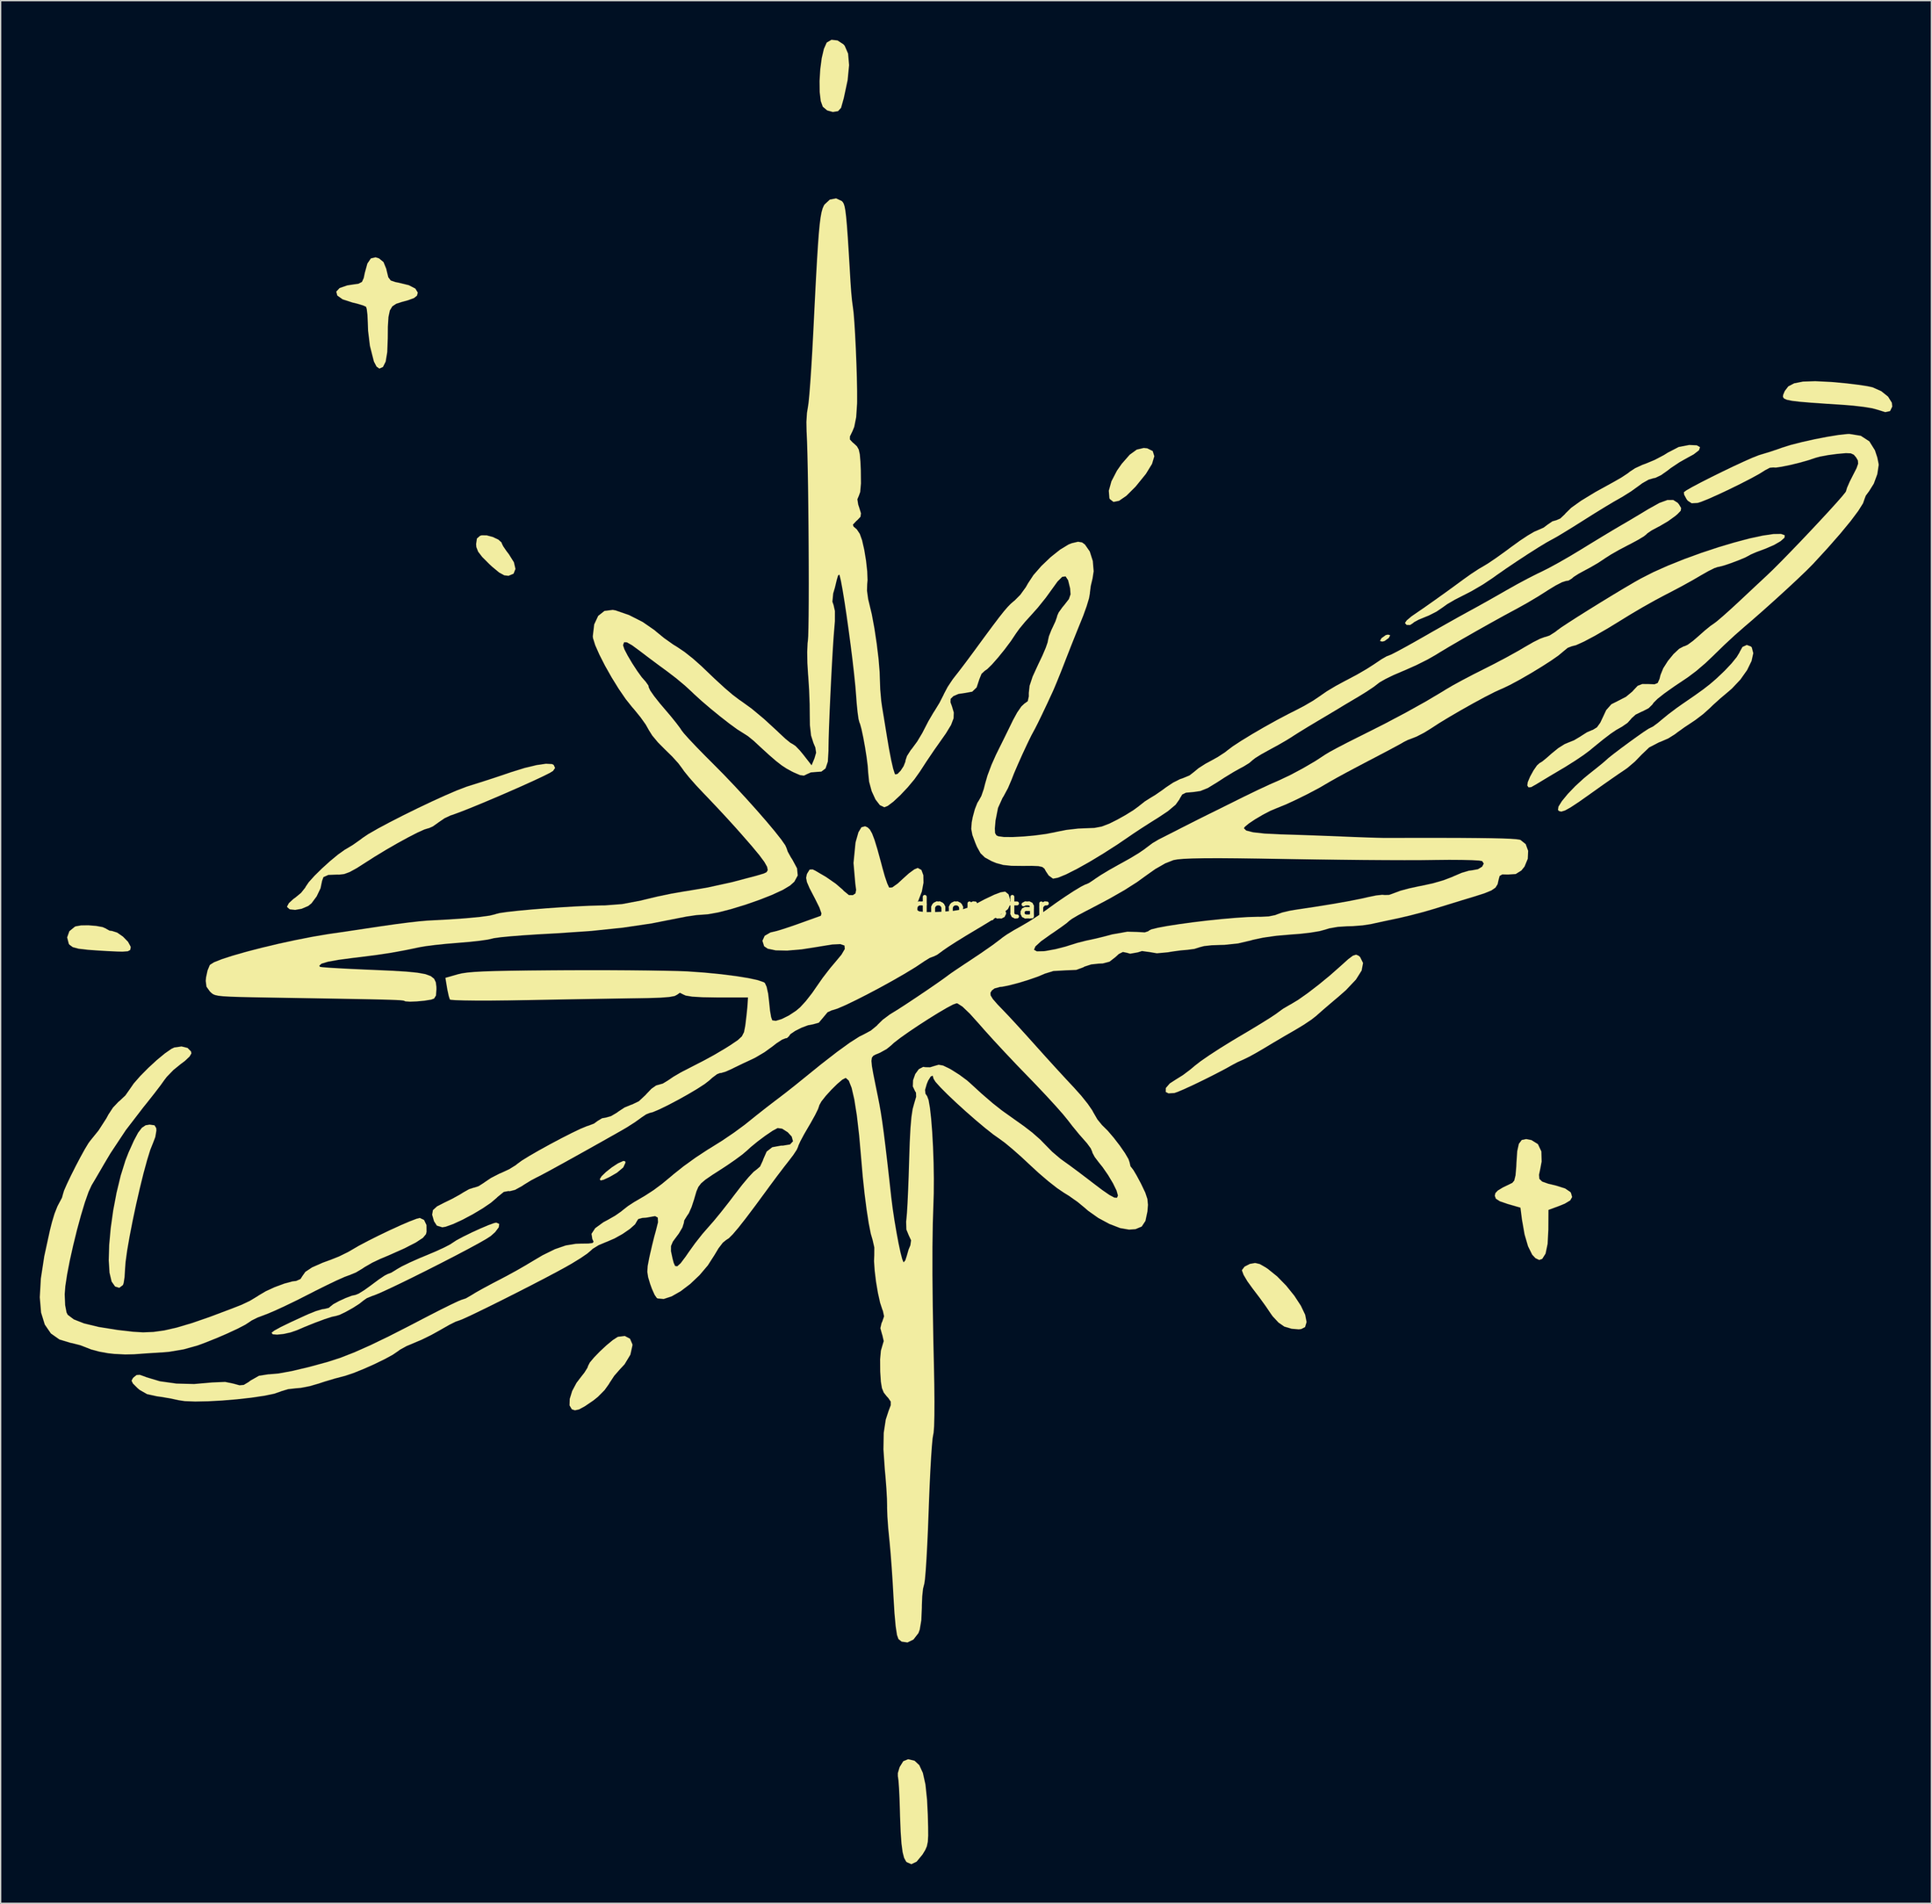
<source format=kicad_pcb>
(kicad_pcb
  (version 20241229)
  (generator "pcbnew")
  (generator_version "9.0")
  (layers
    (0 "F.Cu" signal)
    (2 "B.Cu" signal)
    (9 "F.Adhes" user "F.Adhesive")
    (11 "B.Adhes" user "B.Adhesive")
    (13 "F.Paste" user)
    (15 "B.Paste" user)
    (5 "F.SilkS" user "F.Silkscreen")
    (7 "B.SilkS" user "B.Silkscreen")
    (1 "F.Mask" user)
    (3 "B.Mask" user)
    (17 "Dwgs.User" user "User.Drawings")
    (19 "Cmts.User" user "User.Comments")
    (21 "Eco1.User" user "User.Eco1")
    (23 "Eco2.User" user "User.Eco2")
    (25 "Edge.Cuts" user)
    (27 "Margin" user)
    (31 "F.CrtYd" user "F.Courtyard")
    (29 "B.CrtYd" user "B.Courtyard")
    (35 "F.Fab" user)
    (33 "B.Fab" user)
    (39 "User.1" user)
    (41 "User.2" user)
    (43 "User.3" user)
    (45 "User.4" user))
  (footprint "door_star"
    (layer "F.Cu")
    (at 72.079 66.526)
    (property "Reference" "door_star" (at 0 0 0) (layer "F.SilkS") (effects (font (size 1.5 1.5) (thickness 0.3))))
    (attr board_only exclude_from_pos_files exclude_from_bom)
    (fp_poly (pts (xy 31.429 -20.879) (xy 31.319 -20.679) (xy 31.303 -20.66) (xy 30.987 -20.432) (xy 30.812 -20.392) (xy 30.64 -20.44) (xy 30.75 -20.641) (xy 30.766 -20.66) (xy 31.082 -20.888) (xy 31.257 -20.928)) (stroke (width 0) (type solid)) (fill yes) (layer "F.SilkS"))
    (fp_poly (pts (xy -27.207 19.448) (xy -27.189 19.554) (xy -27.357 19.916) (xy -27.839 20.322) (xy -28.387 20.638) (xy -28.858 20.86) (xy -29.091 20.917) (xy -29.156 20.824) (xy -29.156 20.815) (xy -29.022 20.596) (xy -28.685 20.269) (xy -28.242 19.917) (xy -27.793 19.623) (xy -27.716 19.582) (xy -27.353 19.42)) (stroke (width 0) (type solid)) (fill yes) (layer "F.SilkS"))
    (fp_poly (pts (xy 12.801 -35.209) (xy 13.223 -35) (xy 13.346 -34.601) (xy 13.171 -34.015) (xy 12.701 -33.248) (xy 11.936 -32.304) (xy 11.88 -32.242) (xy 11.204 -31.569) (xy 10.643 -31.185) (xy 10.214 -31.1) (xy 9.936 -31.319) (xy 9.902 -31.394) (xy 9.858 -31.958) (xy 10.06 -32.684) (xy 10.484 -33.499) (xy 10.846 -34.017) (xy 11.458 -34.717) (xy 12.004 -35.113) (xy 12.536 -35.236)) (stroke (width 0) (type solid)) (fill yes) (layer "F.SilkS"))
    (fp_poly (pts (xy -10.935 -66.474) (xy -10.487 -66.182) (xy -10.388 -66.07) (xy -10.125 -65.467) (xy -10.049 -64.582) (xy -10.16 -63.437) (xy -10.456 -62.052) (xy -10.663 -61.309) (xy -10.895 -61.055) (xy -11.294 -60.992) (xy -11.73 -61.112) (xy -12.064 -61.393) (xy -12.221 -61.833) (xy -12.302 -62.524) (xy -12.312 -63.366) (xy -12.258 -64.263) (xy -12.146 -65.116) (xy -11.981 -65.827) (xy -11.77 -66.3) (xy -11.757 -66.317) (xy -11.397 -66.526)) (stroke (width 0) (type solid)) (fill yes) (layer "F.SilkS"))
    (fp_poly (pts (xy -37.823 -28.537) (xy -37.353 -28.409) (xy -36.931 -28.209) (xy -36.688 -27.991) (xy -36.669 -27.924) (xy -36.566 -27.707) (xy -36.304 -27.324) (xy -36.124 -27.089) (xy -35.74 -26.474) (xy -35.621 -25.961) (xy -35.766 -25.598) (xy -36.151 -25.435) (xy -36.478 -25.472) (xy -36.868 -25.686) (xy -37.391 -26.118) (xy -37.627 -26.336) (xy -38.168 -26.878) (xy -38.48 -27.283) (xy -38.617 -27.632) (xy -38.637 -27.863) (xy -38.575 -28.293) (xy -38.34 -28.5) (xy -38.209 -28.541)) (stroke (width 0) (type solid)) (fill yes) (layer "F.SilkS"))
    (fp_poly (pts (xy -67.766 1.402) (xy -67.268 1.493) (xy -66.986 1.618) (xy -66.972 1.635) (xy -66.734 1.766) (xy -66.544 1.789) (xy -66.148 1.915) (xy -65.701 2.226) (xy -65.318 2.618) (xy -65.118 2.987) (xy -65.11 3.057) (xy -65.152 3.25) (xy -65.334 3.347) (xy -65.737 3.375) (xy -66.138 3.367) (xy -66.894 3.333) (xy -67.78 3.279) (xy -68.398 3.233) (xy -69.11 3.15) (xy -69.55 3.031) (xy -69.803 2.847) (xy -69.857 2.773) (xy -69.983 2.284) (xy -69.813 1.809) (xy -69.392 1.464) (xy -69.326 1.436) (xy -68.92 1.363) (xy -68.358 1.355)) (stroke (width 0) (type solid)) (fill yes) (layer "F.SilkS"))
    (fp_poly (pts (xy 21.424 27.322) (xy 21.882 27.584) (xy 22.051 27.698) (xy 22.764 28.274) (xy 23.458 28.984) (xy 24.08 29.757) (xy 24.581 30.523) (xy 24.909 31.212) (xy 25.013 31.752) (xy 25.01 31.791) (xy 24.9 32.157) (xy 24.606 32.306) (xy 24.416 32.329) (xy 23.865 32.283) (xy 23.309 32.118) (xy 22.868 31.812) (xy 22.419 31.332) (xy 22.256 31.103) (xy 21.9 30.575) (xy 21.419 29.909) (xy 20.914 29.245) (xy 20.891 29.215) (xy 20.481 28.648) (xy 20.189 28.155) (xy 20.065 27.824) (xy 20.066 27.78) (xy 20.265 27.52) (xy 20.665 27.315) (xy 20.688 27.308) (xy 21.07 27.242)) (stroke (width 0) (type solid)) (fill yes) (layer "F.SilkS"))
    (fp_poly (pts (xy 65.245 -40.293) (xy 65.534 -40.27) (xy 66.452 -40.182) (xy 67.308 -40.078) (xy 67.998 -39.972) (xy 68.397 -39.885) (xy 69.067 -39.588) (xy 69.585 -39.171) (xy 69.875 -38.706) (xy 69.907 -38.411) (xy 69.74 -38.063) (xy 69.367 -37.984) (xy 68.777 -38.167) (xy 68.378 -38.276) (xy 67.722 -38.385) (xy 66.911 -38.48) (xy 66.272 -38.532) (xy 64.816 -38.627) (xy 63.68 -38.706) (xy 62.827 -38.777) (xy 62.222 -38.849) (xy 61.828 -38.93) (xy 61.608 -39.028) (xy 61.526 -39.153) (xy 61.546 -39.312) (xy 61.63 -39.514) (xy 61.672 -39.607) (xy 61.938 -39.956) (xy 62.39 -40.192) (xy 63.066 -40.323) (xy 64.005 -40.354)) (stroke (width 0) (type solid)) (fill yes) (layer "F.SilkS"))
    (fp_poly (pts (xy -26.841 33.048) (xy -26.656 33.476) (xy -26.652 33.554) (xy -26.812 34.27) (xy -27.255 35.006) (xy -27.636 35.417) (xy -28.05 35.891) (xy -28.419 36.452) (xy -28.45 36.512) (xy -28.79 36.988) (xy -29.298 37.5) (xy -29.64 37.775) (xy -30.297 38.223) (xy -30.748 38.468) (xy -31.062 38.536) (xy -31.3 38.459) (xy -31.476 38.159) (xy -31.46 37.662) (xy -31.275 37.058) (xy -30.945 36.438) (xy -30.694 36.104) (xy -30.337 35.648) (xy -30.103 35.274) (xy -30.051 35.123) (xy -29.924 34.876) (xy -29.595 34.482) (xy -29.14 34.013) (xy -28.638 33.547) (xy -28.165 33.156) (xy -27.799 32.918) (xy -27.758 32.899) (xy -27.241 32.837)) (stroke (width 0) (type solid)) (fill yes) (layer "F.SilkS"))
    (fp_poly (pts (xy -5.032 65.397) (xy -4.668 65.737) (xy -4.393 66.336) (xy -4.197 67.219) (xy -4.071 68.411) (xy -4.018 69.508) (xy -3.991 70.467) (xy -3.986 71.143) (xy -4.015 71.613) (xy -4.086 71.954) (xy -4.21 72.24) (xy -4.397 72.548) (xy -4.427 72.594) (xy -4.872 73.135) (xy -5.276 73.329) (xy -5.633 73.173) (xy -5.686 73.114) (xy -5.833 72.845) (xy -5.946 72.408) (xy -6.032 71.758) (xy -6.096 70.852) (xy -6.143 69.645) (xy -6.154 69.2) (xy -6.183 68.295) (xy -6.22 67.519) (xy -6.261 66.941) (xy -6.301 66.632) (xy -6.311 66.604) (xy -6.312 66.349) (xy -6.189 65.93) (xy -6.164 65.868) (xy -5.897 65.436) (xy -5.545 65.29) (xy -5.492 65.289)) (stroke (width 0) (type solid)) (fill yes) (layer "F.SilkS"))
    (fp_poly (pts (xy -63.286 16.687) (xy -63.153 16.906) (xy -63.142 17.091) (xy -63.226 17.588) (xy -63.404 18.053) (xy -63.608 18.562) (xy -63.854 19.356) (xy -64.129 20.366) (xy -64.415 21.525) (xy -64.699 22.765) (xy -64.964 24.016) (xy -65.197 25.212) (xy -65.382 26.283) (xy -65.504 27.162) (xy -65.546 27.725) (xy -65.581 28.315) (xy -65.65 28.771) (xy -65.706 28.933) (xy -65.989 29.146) (xy -66.306 29.048) (xy -66.573 28.666) (xy -66.574 28.664) (xy -66.735 27.985) (xy -66.794 27.032) (xy -66.761 25.875) (xy -66.644 24.581) (xy -66.452 23.217) (xy -66.194 21.851) (xy -65.878 20.55) (xy -65.515 19.384) (xy -65.28 18.782) (xy -64.872 17.874) (xy -64.543 17.255) (xy -64.254 16.876) (xy -63.969 16.686) (xy -63.661 16.635)) (stroke (width 0) (type solid)) (fill yes) (layer "F.SilkS"))
    (fp_poly (pts (xy 42.252 17.821) (xy 42.748 18.131) (xy 43.012 18.69) (xy 43.033 19.47) (xy 42.933 20.004) (xy 42.832 20.485) (xy 42.86 20.798) (xy 43.077 21.005) (xy 43.54 21.167) (xy 44.147 21.312) (xy 44.833 21.531) (xy 45.235 21.803) (xy 45.282 21.872) (xy 45.37 22.186) (xy 45.224 22.446) (xy 44.8 22.698) (xy 44.313 22.894) (xy 43.556 23.174) (xy 43.548 24.69) (xy 43.491 25.777) (xy 43.334 26.524) (xy 43.077 26.93) (xy 42.844 27.01) (xy 42.562 26.876) (xy 42.309 26.607) (xy 41.992 25.966) (xy 41.723 25.044) (xy 41.525 23.918) (xy 41.521 23.888) (xy 41.409 23.001) (xy 40.425 22.717) (xy 39.831 22.513) (xy 39.525 22.315) (xy 39.442 22.09) (xy 39.489 21.884) (xy 39.672 21.689) (xy 40.054 21.457) (xy 40.698 21.143) (xy 40.783 21.104) (xy 40.932 20.928) (xy 41.031 20.529) (xy 41.09 19.849) (xy 41.103 19.539) (xy 41.163 18.667) (xy 41.288 18.106) (xy 41.508 17.813) (xy 41.852 17.743)) (stroke (width 0) (type solid)) (fill yes) (layer "F.SilkS"))
    (fp_poly (pts (xy -46.079 -49.768) (xy -45.735 -49.487) (xy -45.524 -48.972) (xy -45.486 -48.801) (xy -45.365 -48.317) (xy -45.177 -48.071) (xy -44.805 -47.948) (xy -44.588 -47.908) (xy -43.796 -47.713) (xy -43.292 -47.453) (xy -43.109 -47.148) (xy -43.108 -47.137) (xy -43.17 -46.907) (xy -43.403 -46.725) (xy -43.874 -46.552) (xy -44.327 -46.429) (xy -44.758 -46.291) (xy -45.057 -46.094) (xy -45.248 -45.776) (xy -45.354 -45.277) (xy -45.4 -44.535) (xy -45.408 -43.647) (xy -45.447 -42.587) (xy -45.568 -41.859) (xy -45.776 -41.443) (xy -46.052 -41.32) (xy -46.267 -41.473) (xy -46.463 -41.848) (xy -46.48 -41.901) (xy -46.778 -43.071) (xy -46.917 -44.227) (xy -46.938 -44.838) (xy -46.965 -45.437) (xy -47.018 -45.884) (xy -47.075 -46.061) (xy -47.306 -46.165) (xy -47.767 -46.302) (xy -48.129 -46.389) (xy -48.867 -46.629) (xy -49.276 -46.92) (xy -49.355 -47.221) (xy -49.102 -47.494) (xy -48.516 -47.696) (xy -48.166 -47.751) (xy -47.654 -47.826) (xy -47.386 -47.964) (xy -47.249 -48.266) (xy -47.168 -48.654) (xy -46.97 -49.375) (xy -46.703 -49.766) (xy -46.344 -49.851)) (stroke (width 0) (type solid)) (fill yes) (layer "F.SilkS"))
    (fp_poly (pts (xy 29.01 3.691) (xy 29.121 3.792) (xy 29.345 4.246) (xy 29.237 4.823) (xy 28.799 5.518) (xy 28.032 6.328) (xy 27.501 6.795) (xy 26.874 7.326) (xy 26.301 7.817) (xy 25.874 8.193) (xy 25.758 8.298) (xy 25.376 8.596) (xy 24.802 8.98) (xy 24.159 9.369) (xy 24.148 9.375) (xy 23.354 9.833) (xy 22.472 10.353) (xy 21.823 10.743) (xy 21.192 11.114) (xy 20.623 11.428) (xy 20.232 11.62) (xy 20.213 11.628) (xy 19.721 11.849) (xy 19.41 12.013) (xy 18.769 12.369) (xy 17.994 12.774) (xy 17.163 13.192) (xy 16.354 13.583) (xy 15.645 13.91) (xy 15.114 14.134) (xy 14.877 14.214) (xy 14.433 14.241) (xy 14.222 14.134) (xy 14.227 13.832) (xy 14.532 13.476) (xy 15.094 13.116) (xy 15.102 13.112) (xy 15.546 12.834) (xy 16.099 12.418) (xy 16.456 12.118) (xy 16.89 11.781) (xy 17.561 11.317) (xy 18.394 10.776) (xy 19.316 10.206) (xy 19.855 9.885) (xy 20.746 9.357) (xy 21.549 8.869) (xy 22.205 8.459) (xy 22.652 8.164) (xy 22.806 8.049) (xy 23.212 7.754) (xy 23.728 7.451) (xy 23.79 7.42) (xy 24.353 7.083) (xy 25.098 6.559) (xy 25.945 5.908) (xy 26.818 5.191) (xy 27.638 4.466) (xy 27.67 4.437) (xy 28.212 3.949) (xy 28.57 3.683) (xy 28.813 3.607)) (stroke (width 0) (type solid)) (fill yes) (layer "F.SilkS"))
    (fp_poly (pts (xy 59.078 -20.015) (xy 59.142 -19.942) (xy 59.254 -19.504) (xy 59.123 -18.906) (xy 58.783 -18.211) (xy 58.27 -17.485) (xy 57.617 -16.792) (xy 57.297 -16.516) (xy 56.723 -16.032) (xy 56.171 -15.534) (xy 55.904 -15.274) (xy 55.413 -14.835) (xy 54.807 -14.374) (xy 54.556 -14.206) (xy 53.979 -13.823) (xy 53.441 -13.438) (xy 53.251 -13.292) (xy 52.738 -12.97) (xy 52.125 -12.703) (xy 52.03 -12.672) (xy 51.275 -12.278) (xy 50.697 -11.728) (xy 50.183 -11.196) (xy 49.606 -10.706) (xy 49.39 -10.554) (xy 48.977 -10.277) (xy 48.356 -9.847) (xy 47.609 -9.323) (xy 46.818 -8.759) (xy 46.763 -8.72) (xy 45.892 -8.105) (xy 45.259 -7.687) (xy 44.822 -7.445) (xy 44.537 -7.358) (xy 44.36 -7.404) (xy 44.285 -7.491) (xy 44.323 -7.743) (xy 44.587 -8.166) (xy 45.029 -8.704) (xy 45.598 -9.299) (xy 46.245 -9.894) (xy 46.632 -10.214) (xy 47.192 -10.658) (xy 47.639 -11.02) (xy 47.901 -11.241) (xy 47.938 -11.276) (xy 48.155 -11.471) (xy 48.576 -11.804) (xy 49.127 -12.222) (xy 49.739 -12.674) (xy 50.338 -13.107) (xy 50.855 -13.469) (xy 51.217 -13.707) (xy 51.348 -13.773) (xy 51.569 -13.883) (xy 51.946 -14.162) (xy 52.186 -14.364) (xy 52.712 -14.796) (xy 53.37 -15.293) (xy 53.841 -15.625) (xy 54.731 -16.237) (xy 55.402 -16.717) (xy 55.932 -17.128) (xy 56.402 -17.533) (xy 56.892 -17.995) (xy 57.093 -18.191) (xy 57.589 -18.718) (xy 57.981 -19.201) (xy 58.194 -19.55) (xy 58.209 -19.593) (xy 58.425 -19.981) (xy 58.753 -20.136)) (stroke (width 0) (type solid)) (fill yes) (layer "F.SilkS"))
    (fp_poly (pts (xy -36.865 24.247) (xy -36.901 24.507) (xy -37.175 24.873) (xy -37.519 25.18) (xy -37.855 25.397) (xy -38.454 25.739) (xy -39.26 26.176) (xy -40.217 26.68) (xy -41.27 27.223) (xy -42.363 27.778) (xy -43.439 28.315) (xy -44.444 28.807) (xy -45.321 29.225) (xy -46.015 29.542) (xy -46.471 29.729) (xy -46.569 29.759) (xy -47.01 29.937) (xy -47.255 30.107) (xy -47.592 30.373) (xy -48.089 30.69) (xy -48.63 30.993) (xy -49.102 31.219) (xy -49.381 31.303) (xy -49.701 31.371) (xy -50.266 31.555) (xy -50.997 31.827) (xy -51.811 32.155) (xy -52.37 32.396) (xy -52.872 32.57) (xy -53.409 32.686) (xy -53.89 32.735) (xy -54.222 32.709) (xy -54.313 32.598) (xy -54.302 32.578) (xy -54.1 32.421) (xy -53.614 32.155) (xy -52.828 31.773) (xy -51.729 31.268) (xy -51.466 31.15) (xy -50.909 30.928) (xy -50.438 30.789) (xy -50.269 30.766) (xy -49.929 30.683) (xy -49.816 30.587) (xy -49.584 30.402) (xy -49.142 30.16) (xy -48.621 29.922) (xy -48.15 29.747) (xy -47.89 29.693) (xy -47.635 29.589) (xy -47.194 29.315) (xy -46.659 28.929) (xy -46.606 28.888) (xy -46.078 28.495) (xy -45.65 28.209) (xy -45.407 28.084) (xy -45.395 28.083) (xy -45.142 27.987) (xy -44.759 27.754) (xy -44.718 27.725) (xy -44.338 27.506) (xy -43.723 27.206) (xy -42.973 26.873) (xy -42.494 26.675) (xy -41.739 26.357) (xy -41.086 26.057) (xy -40.623 25.817) (xy -40.464 25.711) (xy -40.155 25.508) (xy -39.629 25.226) (xy -38.981 24.908) (xy -38.306 24.599) (xy -37.697 24.342) (xy -37.25 24.181) (xy -37.091 24.148)) (stroke (width 0) (type solid)) (fill yes) (layer "F.SilkS"))
    (fp_poly (pts (xy -32.819 -11.005) (xy -32.691 -10.94) (xy -32.584 -10.705) (xy -32.741 -10.477) (xy -32.989 -10.326) (xy -33.509 -10.065) (xy -34.244 -9.721) (xy -35.133 -9.318) (xy -36.12 -8.883) (xy -37.144 -8.441) (xy -38.147 -8.018) (xy -39.07 -7.638) (xy -39.855 -7.329) (xy -40.444 -7.114) (xy -40.604 -7.062) (xy -41.052 -6.852) (xy -41.53 -6.526) (xy -41.557 -6.504) (xy -41.953 -6.224) (xy -42.267 -6.085) (xy -42.3 -6.082) (xy -42.6 -5.992) (xy -43.14 -5.747) (xy -43.856 -5.379) (xy -44.685 -4.925) (xy -45.563 -4.418) (xy -46.428 -3.893) (xy -47.044 -3.499) (xy -47.787 -3.025) (xy -48.326 -2.729) (xy -48.745 -2.576) (xy -49.127 -2.529) (xy -49.29 -2.532) (xy -49.966 -2.506) (xy -50.339 -2.337) (xy -50.442 -2.05) (xy -50.561 -1.484) (xy -50.86 -0.859) (xy -51.251 -0.333) (xy -51.504 -0.125) (xy -52.007 0.088) (xy -52.514 0.175) (xy -52.92 0.133) (xy -53.12 -0.04) (xy -53.125 -0.088) (xy -52.986 -0.346) (xy -52.64 -0.664) (xy -52.504 -0.759) (xy -52.055 -1.129) (xy -51.734 -1.532) (xy -51.695 -1.61) (xy -51.462 -1.952) (xy -51.021 -2.441) (xy -50.449 -3.004) (xy -49.821 -3.572) (xy -49.214 -4.072) (xy -48.705 -4.435) (xy -48.562 -4.517) (xy -48.084 -4.806) (xy -47.529 -5.196) (xy -47.35 -5.334) (xy -46.905 -5.633) (xy -46.196 -6.041) (xy -45.291 -6.526) (xy -44.255 -7.056) (xy -43.154 -7.599) (xy -42.053 -8.123) (xy -41.018 -8.594) (xy -40.116 -8.982) (xy -39.412 -9.253) (xy -39.263 -9.302) (xy -38.319 -9.6) (xy -37.587 -9.836) (xy -36.935 -10.05) (xy -36.234 -10.288) (xy -35.954 -10.383) (xy -34.907 -10.708) (xy -34 -10.926) (xy -33.286 -11.028)) (stroke (width 0) (type solid)) (fill yes) (layer "F.SilkS"))
    (fp_poly (pts (xy 54.925 -35.438) (xy 55.174 -35.297) (xy 55.094 -35.06) (xy 54.686 -34.745) (xy 54.277 -34.523) (xy 53.602 -34.143) (xy 52.928 -33.693) (xy 52.671 -33.494) (xy 52.19 -33.154) (xy 51.753 -32.945) (xy 51.589 -32.913) (xy 51.228 -32.805) (xy 50.748 -32.532) (xy 50.512 -32.358) (xy 49.899 -31.916) (xy 49.212 -31.484) (xy 49.011 -31.371) (xy 48.545 -31.106) (xy 47.869 -30.701) (xy 47.072 -30.211) (xy 46.247 -29.691) (xy 46.239 -29.686) (xy 45.458 -29.194) (xy 44.749 -28.758) (xy 44.186 -28.421) (xy 43.843 -28.23) (xy 43.824 -28.221) (xy 43.408 -27.992) (xy 42.775 -27.607) (xy 42 -27.115) (xy 41.159 -26.564) (xy 40.327 -26.004) (xy 39.58 -25.484) (xy 39.287 -25.273) (xy 38.536 -24.772) (xy 37.671 -24.265) (xy 37.051 -23.946) (xy 36.39 -23.61) (xy 35.801 -23.266) (xy 35.417 -22.992) (xy 34.973 -22.69) (xy 34.377 -22.388) (xy 34.122 -22.285) (xy 33.614 -22.075) (xy 33.259 -21.884) (xy 33.172 -21.808) (xy 32.949 -21.663) (xy 32.68 -21.671) (xy 32.555 -21.82) (xy 32.691 -22.018) (xy 33.036 -22.311) (xy 33.226 -22.445) (xy 33.957 -22.945) (xy 34.872 -23.59) (xy 35.872 -24.306) (xy 36.854 -25.024) (xy 37.027 -25.152) (xy 37.626 -25.578) (xy 38.199 -25.954) (xy 38.567 -26.169) (xy 38.943 -26.397) (xy 39.513 -26.783) (xy 40.19 -27.267) (xy 40.673 -27.625) (xy 41.357 -28.12) (xy 41.983 -28.535) (xy 42.471 -28.818) (xy 42.691 -28.912) (xy 43.186 -29.131) (xy 43.492 -29.361) (xy 43.865 -29.616) (xy 44.148 -29.693) (xy 44.463 -29.828) (xy 44.814 -30.158) (xy 44.863 -30.221) (xy 45.3 -30.65) (xy 46.064 -31.196) (xy 47.158 -31.861) (xy 48.561 -32.634) (xy 49.131 -32.961) (xy 49.619 -33.281) (xy 49.813 -33.433) (xy 50.199 -33.684) (xy 50.759 -33.943) (xy 51.029 -34.042) (xy 51.708 -34.324) (xy 52.428 -34.705) (xy 52.696 -34.874) (xy 53.533 -35.309) (xy 54.346 -35.464)) (stroke (width 0) (type solid)) (fill yes) (layer "F.SilkS"))
    (fp_poly (pts (xy -60.753 10.756) (xy -60.487 11.027) (xy -60.459 11.177) (xy -60.597 11.413) (xy -60.95 11.748) (xy -61.27 11.988) (xy -61.835 12.446) (xy -62.344 12.972) (xy -62.522 13.204) (xy -62.829 13.631) (xy -63.29 14.235) (xy -63.829 14.918) (xy -64.132 15.294) (xy -65.489 17.061) (xy -66.665 18.836) (xy -67.167 19.681) (xy -67.543 20.329) (xy -67.92 20.971) (xy -68.104 21.279) (xy -68.343 21.796) (xy -68.622 22.592) (xy -68.924 23.59) (xy -69.23 24.717) (xy -69.521 25.898) (xy -69.779 27.058) (xy -69.986 28.123) (xy -70.122 29.016) (xy -70.17 29.64) (xy -70.136 30.472) (xy -70.03 31.034) (xy -69.938 31.215) (xy -69.47 31.568) (xy -68.681 31.877) (xy -67.562 32.147) (xy -66.102 32.379) (xy -64.931 32.515) (xy -64.16 32.56) (xy -63.373 32.529) (xy -62.524 32.41) (xy -61.565 32.19) (xy -60.449 31.859) (xy -59.129 31.405) (xy -57.558 30.815) (xy -56.613 30.447) (xy -55.984 30.148) (xy -55.378 29.784) (xy -55.306 29.733) (xy -54.769 29.414) (xy -54.072 29.094) (xy -53.345 28.824) (xy -52.715 28.654) (xy -52.426 28.62) (xy -52.093 28.469) (xy -51.962 28.26) (xy -51.724 27.921) (xy -51.207 27.579) (xy -50.381 27.214) (xy -49.813 27.009) (xy -49.12 26.731) (xy -48.438 26.395) (xy -48.187 26.249) (xy -47.639 25.93) (xy -46.917 25.547) (xy -46.094 25.134) (xy -45.24 24.725) (xy -44.426 24.353) (xy -43.723 24.051) (xy -43.203 23.853) (xy -42.95 23.79) (xy -42.626 23.944) (xy -42.441 24.334) (xy -42.435 24.851) (xy -42.48 25.033) (xy -42.709 25.311) (xy -43.254 25.67) (xy -44.12 26.115) (xy -45.319 26.65) (xy -45.97 26.923) (xy -46.595 27.218) (xy -47.183 27.557) (xy -47.332 27.659) (xy -47.851 27.97) (xy -48.366 28.183) (xy -48.405 28.193) (xy -48.741 28.319) (xy -49.323 28.579) (xy -50.084 28.943) (xy -50.955 29.376) (xy -51.426 29.618) (xy -52.366 30.094) (xy -53.271 30.532) (xy -54.059 30.896) (xy -54.649 31.146) (xy -54.825 31.211) (xy -55.391 31.427) (xy -55.841 31.649) (xy -55.988 31.751) (xy -56.33 31.975) (xy -56.931 32.286) (xy -57.712 32.649) (xy -58.595 33.029) (xy -59.503 33.389) (xy -59.997 33.57) (xy -61.037 33.86) (xy -62.167 34.051) (xy -62.591 34.088) (xy -63.409 34.139) (xy -64.227 34.194) (xy -64.842 34.24) (xy -65.539 34.254) (xy -66.36 34.213) (xy -66.839 34.162) (xy -67.522 34.037) (xy -68.136 33.873) (xy -68.448 33.751) (xy -68.962 33.552) (xy -69.589 33.389) (xy -69.722 33.364) (xy -70.57 33.109) (xy -71.228 32.646) (xy -71.697 31.962) (xy -71.98 31.042) (xy -72.079 29.871) (xy -71.997 28.435) (xy -71.735 26.72) (xy -71.296 24.711) (xy -71.145 24.11) (xy -70.949 23.463) (xy -70.725 22.895) (xy -70.591 22.641) (xy -70.377 22.238) (xy -70.297 21.948) (xy -70.217 21.686) (xy -70.002 21.193) (xy -69.694 20.549) (xy -69.334 19.832) (xy -68.963 19.125) (xy -68.621 18.507) (xy -68.35 18.058) (xy -68.225 17.887) (xy -67.575 17.083) (xy -66.977 16.156) (xy -66.819 15.862) (xy -66.469 15.329) (xy -66.049 14.884) (xy -65.966 14.82) (xy -65.518 14.397) (xy -65.186 13.926) (xy -64.879 13.481) (xy -64.38 12.912) (xy -63.766 12.291) (xy -63.112 11.689) (xy -62.493 11.177) (xy -61.986 10.825) (xy -61.772 10.723) (xy -61.215 10.643)) (stroke (width 0) (type solid)) (fill yes) (layer "F.SilkS"))
    (fp_poly (pts (xy 67.495 -36.169) (xy 68.15 -35.743) (xy 68.576 -35.062) (xy 68.76 -34.508) (xy 68.86 -34.021) (xy 68.866 -33.92) (xy 68.761 -33.23) (xy 68.493 -32.501) (xy 68.135 -31.928) (xy 68.126 -31.917) (xy 67.879 -31.58) (xy 67.793 -31.356) (xy 67.667 -30.994) (xy 67.3 -30.409) (xy 66.713 -29.625) (xy 65.923 -28.666) (xy 64.951 -27.557) (xy 63.843 -26.352) (xy 63.361 -25.865) (xy 62.671 -25.204) (xy 61.836 -24.426) (xy 60.921 -23.591) (xy 59.989 -22.756) (xy 59.102 -21.979) (xy 58.585 -21.536) (xy 57.842 -20.884) (xy 57.038 -20.14) (xy 56.333 -19.454) (xy 56.259 -19.379) (xy 55.609 -18.76) (xy 54.895 -18.149) (xy 54.26 -17.67) (xy 54.199 -17.628) (xy 53.176 -16.942) (xy 52.428 -16.411) (xy 51.919 -16.008) (xy 51.615 -15.707) (xy 51.517 -15.564) (xy 51.234 -15.288) (xy 50.777 -15.049) (xy 50.711 -15.025) (xy 50.241 -14.797) (xy 49.921 -14.512) (xy 49.899 -14.476) (xy 49.618 -14.163) (xy 49.181 -13.861) (xy 49.14 -13.839) (xy 48.758 -13.624) (xy 48.333 -13.337) (xy 47.798 -12.93) (xy 47.088 -12.355) (xy 46.727 -12.055) (xy 46.26 -11.706) (xy 45.601 -11.261) (xy 44.868 -10.8) (xy 44.629 -10.657) (xy 43.916 -10.235) (xy 43.251 -9.837) (xy 42.744 -9.53) (xy 42.617 -9.452) (xy 42.228 -9.235) (xy 42.028 -9.218) (xy 41.933 -9.359) (xy 41.971 -9.624) (xy 42.152 -10.049) (xy 42.409 -10.514) (xy 42.676 -10.901) (xy 42.887 -11.091) (xy 42.909 -11.095) (xy 43.09 -11.209) (xy 43.445 -11.5) (xy 43.795 -11.811) (xy 44.305 -12.225) (xy 44.794 -12.534) (xy 45.047 -12.64) (xy 45.521 -12.83) (xy 46.027 -13.133) (xy 46.06 -13.157) (xy 46.513 -13.444) (xy 46.911 -13.614) (xy 46.948 -13.622) (xy 47.273 -13.821) (xy 47.529 -14.177) (xy 47.786 -14.724) (xy 47.983 -15.143) (xy 48.378 -15.59) (xy 48.922 -15.864) (xy 49.498 -16.161) (xy 49.995 -16.573) (xy 50.06 -16.651) (xy 50.393 -17.004) (xy 50.745 -17.14) (xy 51.223 -17.137) (xy 51.688 -17.12) (xy 51.93 -17.221) (xy 52.067 -17.528) (xy 52.145 -17.837) (xy 52.353 -18.347) (xy 52.71 -18.91) (xy 53.142 -19.438) (xy 53.572 -19.841) (xy 53.928 -20.03) (xy 53.974 -20.034) (xy 54.223 -20.148) (xy 54.632 -20.446) (xy 55.056 -20.812) (xy 55.548 -21.248) (xy 55.975 -21.595) (xy 56.208 -21.756) (xy 56.453 -21.938) (xy 56.895 -22.314) (xy 57.474 -22.83) (xy 58.128 -23.432) (xy 58.176 -23.477) (xy 58.852 -24.111) (xy 59.473 -24.693) (xy 59.971 -25.158) (xy 60.277 -25.443) (xy 60.28 -25.446) (xy 60.754 -25.9) (xy 61.364 -26.51) (xy 62.07 -27.233) (xy 62.831 -28.024) (xy 63.608 -28.842) (xy 64.36 -29.645) (xy 65.047 -30.388) (xy 65.629 -31.03) (xy 66.066 -31.528) (xy 66.317 -31.838) (xy 66.362 -31.918) (xy 66.442 -32.188) (xy 66.649 -32.659) (xy 66.888 -33.132) (xy 67.17 -33.685) (xy 67.292 -34.031) (xy 67.273 -34.275) (xy 67.137 -34.511) (xy 66.959 -34.719) (xy 66.732 -34.823) (xy 66.357 -34.839) (xy 65.735 -34.786) (xy 65.672 -34.779) (xy 64.984 -34.688) (xy 64.38 -34.577) (xy 64.037 -34.483) (xy 63.477 -34.295) (xy 62.798 -34.105) (xy 62.094 -33.933) (xy 61.459 -33.802) (xy 60.988 -33.732) (xy 60.779 -33.741) (xy 60.528 -33.721) (xy 60.156 -33.527) (xy 60.129 -33.508) (xy 59.702 -33.242) (xy 59.052 -32.887) (xy 58.26 -32.48) (xy 57.404 -32.059) (xy 56.564 -31.664) (xy 55.819 -31.332) (xy 55.249 -31.103) (xy 54.981 -31.02) (xy 54.532 -30.996) (xy 54.233 -31.191) (xy 54.139 -31.314) (xy 53.957 -31.651) (xy 53.934 -31.845) (xy 54.133 -31.991) (xy 54.594 -32.254) (xy 55.25 -32.601) (xy 56.037 -33.001) (xy 56.89 -33.421) (xy 57.743 -33.831) (xy 58.533 -34.197) (xy 59.193 -34.489) (xy 59.66 -34.674) (xy 59.77 -34.709) (xy 60.426 -34.906) (xy 61.167 -35.153) (xy 61.443 -35.253) (xy 62.1 -35.46) (xy 62.967 -35.683) (xy 63.941 -35.9) (xy 64.917 -36.09) (xy 65.792 -36.233) (xy 66.462 -36.306) (xy 66.623 -36.311)) (stroke (width 0) (type solid)) (fill yes) (layer "F.SilkS"))
    (fp_poly (pts (xy -8.628 -6.149) (xy -8.458 -5.987) (xy -8.289 -5.688) (xy -8.104 -5.205) (xy -7.883 -4.489) (xy -7.61 -3.49) (xy -7.493 -3.045) (xy -7.305 -2.383) (xy -7.125 -1.853) (xy -6.988 -1.554) (xy -6.971 -1.533) (xy -6.74 -1.548) (xy -6.318 -1.849) (xy -5.94 -2.199) (xy -5.462 -2.629) (xy -5.045 -2.933) (xy -4.791 -3.041) (xy -4.505 -2.888) (xy -4.357 -2.484) (xy -4.346 -1.905) (xy -4.473 -1.23) (xy -4.739 -0.539) (xy -4.763 -0.493) (xy -4.923 -0.113) (xy -4.91 0.139) (xy -4.683 0.285) (xy -4.2 0.344) (xy -3.419 0.336) (xy -3.045 0.32) (xy -2.068 0.249) (xy -1.355 0.134) (xy -0.814 -0.041) (xy -0.61 -0.14) (xy 0.365 -0.65) (xy 1.077 -0.989) (xy 1.569 -1.174) (xy 1.881 -1.223) (xy 1.93 -1.218) (xy 2.176 -1.014) (xy 2.294 -0.616) (xy 2.264 -0.169) (xy 2.125 0.115) (xy 1.893 0.302) (xy 1.415 0.626) (xy 0.754 1.045) (xy -0.026 1.519) (xy -0.258 1.656) (xy -1.091 2.155) (xy -1.854 2.626) (xy -2.471 3.024) (xy -2.87 3.301) (xy -2.92 3.341) (xy -3.301 3.616) (xy -3.581 3.753) (xy -3.608 3.756) (xy -3.861 3.853) (xy -4.256 4.092) (xy -4.352 4.159) (xy -4.963 4.566) (xy -5.754 5.048) (xy -6.664 5.572) (xy -7.635 6.108) (xy -8.607 6.624) (xy -9.52 7.089) (xy -10.316 7.471) (xy -10.935 7.739) (xy -11.317 7.861) (xy -11.358 7.865) (xy -11.7 8.022) (xy -12.019 8.405) (xy -12.021 8.408) (xy -12.37 8.823) (xy -12.801 8.944) (xy -13.198 9.019) (xy -13.696 9.207) (xy -14.182 9.452) (xy -14.544 9.697) (xy -14.668 9.871) (xy -14.812 10.003) (xy -14.919 10.017) (xy -15.191 10.125) (xy -15.613 10.402) (xy -15.898 10.624) (xy -16.527 11.081) (xy -17.24 11.502) (xy -17.48 11.62) (xy -18.152 11.932) (xy -18.832 12.26) (xy -19.05 12.369) (xy -19.521 12.579) (xy -19.869 12.681) (xy -19.944 12.681) (xy -20.166 12.766) (xy -20.532 13.039) (xy -20.76 13.246) (xy -21.117 13.523) (xy -21.688 13.893) (xy -22.398 14.314) (xy -23.17 14.745) (xy -23.929 15.144) (xy -24.598 15.47) (xy -25.101 15.682) (xy -25.336 15.741) (xy -25.596 15.844) (xy -25.976 16.098) (xy -26.034 16.143) (xy -26.476 16.459) (xy -27.074 16.84) (xy -27.486 17.082) (xy -28.904 17.883) (xy -30.22 18.621) (xy -31.397 19.277) (xy -32.401 19.831) (xy -33.195 20.265) (xy -33.743 20.556) (xy -33.986 20.677) (xy -34.413 20.902) (xy -34.948 21.229) (xy -35.133 21.352) (xy -35.652 21.637) (xy -36.064 21.74) (xy -36.151 21.727) (xy -36.513 21.792) (xy -36.997 22.184) (xy -37.061 22.25) (xy -37.505 22.628) (xy -38.149 23.065) (xy -38.905 23.515) (xy -39.687 23.929) (xy -40.407 24.262) (xy -40.979 24.465) (xy -41.227 24.506) (xy -41.643 24.381) (xy -41.861 24.047) (xy -42.006 23.541) (xy -41.945 23.188) (xy -41.629 22.9) (xy -41.096 22.628) (xy -40.462 22.318) (xy -39.874 21.994) (xy -39.62 21.834) (xy -39.18 21.586) (xy -38.815 21.468) (xy -38.784 21.466) (xy -38.452 21.357) (xy -38.034 21.092) (xy -37.98 21.049) (xy -37.489 20.721) (xy -36.871 20.404) (xy -36.669 20.319) (xy -36.092 20.049) (xy -35.598 19.743) (xy -35.47 19.638) (xy -35.137 19.395) (xy -34.562 19.039) (xy -33.816 18.609) (xy -32.976 18.146) (xy -32.116 17.689) (xy -31.31 17.279) (xy -30.633 16.955) (xy -30.158 16.757) (xy -30.042 16.723) (xy -29.595 16.554) (xy -29.326 16.355) (xy -28.985 16.148) (xy -28.701 16.099) (xy -28.296 15.986) (xy -27.831 15.71) (xy -27.757 15.65) (xy -27.253 15.319) (xy -26.733 15.106) (xy -26.684 15.094) (xy -26.164 14.846) (xy -25.631 14.346) (xy -25.585 14.29) (xy -25.197 13.884) (xy -24.839 13.634) (xy -24.7 13.594) (xy -24.327 13.488) (xy -23.948 13.261) (xy -23.511 12.963) (xy -22.954 12.638) (xy -22.806 12.56) (xy -22.233 12.265) (xy -21.535 11.906) (xy -21.107 11.685) (xy -20.39 11.293) (xy -19.595 10.824) (xy -19.119 10.526) (xy -18.579 10.159) (xy -18.266 9.869) (xy -18.102 9.545) (xy -18.011 9.076) (xy -17.989 8.917) (xy -17.91 8.256) (xy -17.848 7.652) (xy -17.831 7.423) (xy -17.798 6.887) (xy -20.14 6.887) (xy -21.276 6.871) (xy -22.08 6.824) (xy -22.576 6.742) (xy -22.755 6.661) (xy -23.018 6.527) (xy -23.225 6.674) (xy -23.417 6.776) (xy -23.826 6.851) (xy -24.49 6.903) (xy -25.452 6.935) (xy -26.066 6.945) (xy -26.92 6.956) (xy -28.062 6.974) (xy -29.421 6.996) (xy -30.926 7.022) (xy -32.507 7.05) (xy -34.094 7.079) (xy -34.632 7.09) (xy -36.118 7.113) (xy -37.458 7.125) (xy -38.612 7.126) (xy -39.544 7.116) (xy -40.214 7.096) (xy -40.586 7.065) (xy -40.648 7.044) (xy -40.734 6.781) (xy -40.835 6.313) (xy -40.866 6.136) (xy -40.99 5.384) (xy -40.037 5.111) (xy -39.728 5.039) (xy -39.321 4.98) (xy -38.783 4.932) (xy -38.078 4.893) (xy -37.172 4.863) (xy -36.03 4.839) (xy -34.618 4.821) (xy -32.902 4.808) (xy -31.839 4.802) (xy -30.159 4.797) (xy -28.503 4.799) (xy -26.924 4.807) (xy -25.478 4.82) (xy -24.219 4.839) (xy -23.2 4.861) (xy -22.478 4.888) (xy -22.403 4.892) (xy -21.105 4.984) (xy -19.866 5.105) (xy -18.742 5.247) (xy -17.787 5.401) (xy -17.055 5.559) (xy -16.602 5.713) (xy -16.504 5.778) (xy -16.37 6.071) (xy -16.251 6.606) (xy -16.175 7.255) (xy -16.11 7.895) (xy -16.025 8.392) (xy -15.938 8.639) (xy -15.937 8.641) (xy -15.668 8.681) (xy -15.212 8.542) (xy -14.662 8.269) (xy -14.11 7.904) (xy -13.796 7.638) (xy -13.363 7.165) (xy -12.876 6.542) (xy -12.559 6.082) (xy -12.064 5.373) (xy -11.485 4.624) (xy -11.15 4.229) (xy -10.633 3.607) (xy -10.378 3.172) (xy -10.401 2.907) (xy -10.718 2.798) (xy -11.343 2.827) (xy -12.293 2.979) (xy -12.374 2.994) (xy -13.679 3.2) (xy -14.792 3.295) (xy -15.674 3.278) (xy -16.287 3.149) (xy -16.56 2.962) (xy -16.692 2.541) (xy -16.517 2.161) (xy -16.082 1.907) (xy -15.959 1.878) (xy -15.567 1.784) (xy -15.025 1.619) (xy -14.275 1.365) (xy -13.256 1.002) (xy -13.147 0.962) (xy -12.648 0.782) (xy -12.277 0.649) (xy -12.212 0.627) (xy -12.166 0.446) (xy -12.323 -0.004) (xy -12.685 -0.734) (xy -12.726 -0.811) (xy -13.083 -1.497) (xy -13.28 -1.959) (xy -13.342 -2.278) (xy -13.292 -2.538) (xy -13.26 -2.614) (xy -13.075 -2.915) (xy -12.844 -2.929) (xy -12.656 -2.84) (xy -11.822 -2.353) (xy -11.084 -1.842) (xy -10.545 -1.38) (xy -10.448 -1.274) (xy -10.063 -0.96) (xy -9.754 -0.957) (xy -9.559 -1.091) (xy -9.508 -1.356) (xy -9.572 -1.837) (xy -9.71 -3.419) (xy -9.558 -4.955) (xy -9.533 -5.069) (xy -9.331 -5.78) (xy -9.102 -6.16) (xy -8.823 -6.235)) (stroke (width 0) (type solid)) (fill yes) (layer "F.SilkS"))
    (fp_poly (pts (xy -10.611 -54.167) (xy -10.534 -54.086) (xy -10.46 -53.961) (xy -10.394 -53.754) (xy -10.334 -53.429) (xy -10.275 -52.948) (xy -10.214 -52.274) (xy -10.148 -51.371) (xy -10.073 -50.201) (xy -9.985 -48.728) (xy -9.94 -47.945) (xy -9.888 -47.205) (xy -9.825 -46.535) (xy -9.764 -46.075) (xy -9.762 -46.067) (xy -9.704 -45.602) (xy -9.644 -44.857) (xy -9.586 -43.908) (xy -9.532 -42.833) (xy -9.487 -41.708) (xy -9.453 -40.61) (xy -9.434 -39.617) (xy -9.433 -38.805) (xy -9.436 -38.637) (xy -9.504 -37.598) (xy -9.653 -36.856) (xy -9.79 -36.521) (xy -9.984 -36.122) (xy -9.987 -35.886) (xy -9.779 -35.661) (xy -9.659 -35.562) (xy -9.447 -35.361) (xy -9.31 -35.118) (xy -9.228 -34.75) (xy -9.179 -34.175) (xy -9.15 -33.513) (xy -9.14 -32.518) (xy -9.196 -31.863) (xy -9.299 -31.574) (xy -9.414 -31.303) (xy -9.351 -30.898) (xy -9.274 -30.668) (xy -9.139 -30.227) (xy -9.174 -29.96) (xy -9.412 -29.708) (xy -9.483 -29.649) (xy -9.758 -29.357) (xy -9.705 -29.205) (xy -9.7 -29.204) (xy -9.459 -28.998) (xy -9.227 -28.648) (xy -9.051 -28.154) (xy -8.886 -27.429) (xy -8.75 -26.598) (xy -8.66 -25.783) (xy -8.634 -25.107) (xy -8.662 -24.794) (xy -8.677 -24.295) (xy -8.589 -23.656) (xy -8.514 -23.347) (xy -8.31 -22.495) (xy -8.11 -21.415) (xy -7.931 -20.231) (xy -7.79 -19.067) (xy -7.707 -18.048) (xy -7.691 -17.54) (xy -7.662 -16.722) (xy -7.587 -15.862) (xy -7.522 -15.394) (xy -7.396 -14.644) (xy -7.255 -13.776) (xy -7.168 -13.237) (xy -6.992 -12.187) (xy -6.822 -11.307) (xy -6.671 -10.65) (xy -6.55 -10.272) (xy -6.513 -10.21) (xy -6.341 -10.244) (xy -6.099 -10.492) (xy -5.87 -10.844) (xy -5.734 -11.189) (xy -5.724 -11.283) (xy -5.612 -11.619) (xy -5.334 -12.059) (xy -5.218 -12.202) (xy -4.827 -12.734) (xy -4.438 -13.383) (xy -4.31 -13.634) (xy -3.974 -14.283) (xy -3.603 -14.919) (xy -3.472 -15.121) (xy -3.12 -15.699) (xy -2.817 -16.291) (xy -2.778 -16.381) (xy -2.497 -16.914) (xy -2.108 -17.499) (xy -1.979 -17.666) (xy -1.616 -18.13) (xy -1.133 -18.765) (xy -0.622 -19.453) (xy -0.496 -19.624) (xy 0.315 -20.731) (xy 0.949 -21.587) (xy 1.436 -22.231) (xy 1.809 -22.703) (xy 2.099 -23.041) (xy 2.336 -23.285) (xy 2.554 -23.475) (xy 2.641 -23.543) (xy 3.072 -23.976) (xy 3.497 -24.563) (xy 3.662 -24.853) (xy 4.08 -25.49) (xy 4.688 -26.187) (xy 5.398 -26.865) (xy 6.122 -27.441) (xy 6.775 -27.838) (xy 7.02 -27.935) (xy 7.499 -28.047) (xy 7.808 -27.995) (xy 8.028 -27.834) (xy 8.398 -27.3) (xy 8.632 -26.568) (xy 8.697 -25.783) (xy 8.612 -25.236) (xy 8.475 -24.659) (xy 8.408 -24.137) (xy 8.407 -24.079) (xy 8.34 -23.707) (xy 8.161 -23.11) (xy 7.902 -22.391) (xy 7.763 -22.043) (xy 7.381 -21.102) (xy 6.954 -20.031) (xy 6.564 -19.036) (xy 6.501 -18.871) (xy 6.189 -18.074) (xy 5.883 -17.315) (xy 5.632 -16.719) (xy 5.555 -16.546) (xy 5.14 -15.649) (xy 4.751 -14.828) (xy 4.424 -14.155) (xy 4.195 -13.703) (xy 4.134 -13.594) (xy 3.908 -13.172) (xy 3.593 -12.524) (xy 3.236 -11.756) (xy 2.886 -10.974) (xy 2.59 -10.283) (xy 2.404 -9.806) (xy 2.127 -9.155) (xy 1.785 -8.522) (xy 1.711 -8.407) (xy 1.365 -7.64) (xy 1.175 -6.677) (xy 1.123 -6.062) (xy 1.141 -5.711) (xy 1.244 -5.537) (xy 1.387 -5.47) (xy 1.818 -5.413) (xy 2.5 -5.41) (xy 3.335 -5.453) (xy 4.221 -5.535) (xy 5.059 -5.647) (xy 5.749 -5.784) (xy 5.806 -5.799) (xy 6.6 -5.956) (xy 7.505 -6.059) (xy 8.06 -6.082) (xy 8.753 -6.108) (xy 9.318 -6.215) (xy 9.909 -6.443) (xy 10.482 -6.729) (xy 11.146 -7.099) (xy 11.739 -7.468) (xy 12.141 -7.76) (xy 12.163 -7.78) (xy 12.618 -8.14) (xy 13.035 -8.403) (xy 13.424 -8.639) (xy 13.942 -8.997) (xy 14.236 -9.215) (xy 14.781 -9.578) (xy 15.309 -9.846) (xy 15.537 -9.922) (xy 16.043 -10.133) (xy 16.393 -10.404) (xy 16.742 -10.693) (xy 17.272 -11.031) (xy 17.619 -11.218) (xy 18.217 -11.549) (xy 18.751 -11.898) (xy 18.961 -12.063) (xy 19.367 -12.369) (xy 20.018 -12.794) (xy 20.841 -13.297) (xy 21.764 -13.834) (xy 22.712 -14.362) (xy 23.612 -14.838) (xy 24.105 -15.085) (xy 24.831 -15.463) (xy 25.524 -15.868) (xy 26.042 -16.217) (xy 26.073 -16.241) (xy 26.563 -16.579) (xy 27.243 -16.987) (xy 27.977 -17.384) (xy 28.083 -17.438) (xy 28.85 -17.844) (xy 29.617 -18.288) (xy 30.229 -18.681) (xy 30.275 -18.713) (xy 30.762 -19.04) (xy 31.143 -19.26) (xy 31.299 -19.318) (xy 31.507 -19.403) (xy 31.966 -19.638) (xy 32.618 -19.991) (xy 33.405 -20.431) (xy 33.847 -20.683) (xy 34.801 -21.228) (xy 35.764 -21.773) (xy 36.639 -22.264) (xy 37.329 -22.644) (xy 37.474 -22.723) (xy 38.212 -23.128) (xy 39.106 -23.628) (xy 40 -24.137) (xy 40.315 -24.318) (xy 41.138 -24.781) (xy 41.992 -25.238) (xy 42.738 -25.616) (xy 42.998 -25.739) (xy 43.59 -26.036) (xy 44.378 -26.466) (xy 45.255 -26.971) (xy 46.06 -27.457) (xy 46.914 -27.981) (xy 47.761 -28.496) (xy 48.501 -28.941) (xy 49.011 -29.241) (xy 49.678 -29.63) (xy 50.475 -30.105) (xy 51.221 -30.555) (xy 52.052 -31.018) (xy 52.669 -31.246) (xy 53.122 -31.248) (xy 53.463 -31.03) (xy 53.567 -30.9) (xy 53.724 -30.631) (xy 53.694 -30.422) (xy 53.437 -30.157) (xy 53.264 -30.011) (xy 52.708 -29.611) (xy 52.069 -29.235) (xy 51.932 -29.167) (xy 51.459 -28.913) (xy 51.133 -28.689) (xy 51.069 -28.621) (xy 50.863 -28.456) (xy 50.419 -28.189) (xy 49.826 -27.87) (xy 49.669 -27.791) (xy 48.976 -27.428) (xy 48.339 -27.064) (xy 47.884 -26.774) (xy 47.849 -26.747) (xy 47.375 -26.433) (xy 46.753 -26.071) (xy 46.386 -25.876) (xy 45.863 -25.591) (xy 45.479 -25.344) (xy 45.346 -25.225) (xy 45.091 -25.068) (xy 44.907 -25.042) (xy 44.603 -24.947) (xy 44.111 -24.696) (xy 43.533 -24.343) (xy 43.493 -24.316) (xy 42.749 -23.845) (xy 41.884 -23.332) (xy 41.16 -22.93) (xy 40.218 -22.422) (xy 39.147 -21.83) (xy 38.027 -21.2) (xy 36.939 -20.578) (xy 35.965 -20.011) (xy 35.186 -19.544) (xy 34.899 -19.365) (xy 34.267 -19.006) (xy 33.451 -18.598) (xy 32.603 -18.218) (xy 32.398 -18.133) (xy 31.672 -17.821) (xy 31.041 -17.513) (xy 30.604 -17.26) (xy 30.501 -17.181) (xy 30.17 -16.926) (xy 29.638 -16.569) (xy 29.017 -16.185) (xy 28.977 -16.162) (xy 28.371 -15.803) (xy 27.859 -15.498) (xy 27.543 -15.306) (xy 27.526 -15.295) (xy 27.247 -15.127) (xy 26.749 -14.829) (xy 26.118 -14.454) (xy 25.826 -14.281) (xy 25.125 -13.861) (xy 24.478 -13.464) (xy 23.993 -13.157) (xy 23.88 -13.082) (xy 23.449 -12.814) (xy 22.832 -12.459) (xy 22.161 -12.093) (xy 22.149 -12.087) (xy 21.557 -11.759) (xy 21.095 -11.474) (xy 20.852 -11.286) (xy 20.84 -11.271) (xy 20.621 -11.083) (xy 20.201 -10.824) (xy 19.977 -10.705) (xy 19.43 -10.401) (xy 18.749 -9.986) (xy 18.156 -9.601) (xy 17.445 -9.167) (xy 16.867 -8.935) (xy 16.299 -8.855) (xy 16.286 -8.855) (xy 15.771 -8.811) (xy 15.485 -8.671) (xy 15.3 -8.366) (xy 15.274 -8.303) (xy 14.975 -7.884) (xy 14.378 -7.385) (xy 13.656 -6.905) (xy 12.944 -6.458) (xy 12.271 -6.025) (xy 11.75 -5.68) (xy 11.627 -5.595) (xy 10.51 -4.834) (xy 9.403 -4.125) (xy 8.351 -3.491) (xy 7.399 -2.959) (xy 6.594 -2.553) (xy 5.981 -2.299) (xy 5.605 -2.222) (xy 5.564 -2.23) (xy 5.249 -2.462) (xy 5.04 -2.775) (xy 4.924 -2.987) (xy 4.758 -3.116) (xy 4.465 -3.181) (xy 3.965 -3.201) (xy 3.269 -3.196) (xy 2.399 -3.204) (xy 1.764 -3.269) (xy 1.24 -3.409) (xy 0.865 -3.567) (xy 0.358 -3.845) (xy 0.025 -4.167) (xy -0.246 -4.656) (xy -0.373 -4.958) (xy -0.599 -5.569) (xy -0.686 -6.034) (xy -0.65 -6.528) (xy -0.572 -6.939) (xy -0.41 -7.542) (xy -0.217 -8.03) (xy -0.1 -8.217) (xy 0.087 -8.553) (xy 0.276 -9.097) (xy 0.375 -9.488) (xy 0.561 -10.134) (xy 0.861 -10.933) (xy 1.212 -11.722) (xy 1.253 -11.806) (xy 1.668 -12.642) (xy 2.116 -13.552) (xy 2.5 -14.341) (xy 2.504 -14.35) (xy 2.833 -14.954) (xy 3.153 -15.418) (xy 3.401 -15.651) (xy 3.419 -15.658) (xy 3.646 -15.825) (xy 3.727 -16.192) (xy 3.726 -16.455) (xy 3.786 -17.005) (xy 4.019 -17.712) (xy 4.443 -18.635) (xy 4.772 -19.325) (xy 5.026 -19.922) (xy 5.169 -20.337) (xy 5.187 -20.443) (xy 5.266 -20.797) (xy 5.462 -21.294) (xy 5.545 -21.465) (xy 5.765 -21.941) (xy 5.891 -22.299) (xy 5.903 -22.373) (xy 6.013 -22.622) (xy 6.291 -23.013) (xy 6.455 -23.209) (xy 6.798 -23.651) (xy 6.926 -24.017) (xy 6.893 -24.463) (xy 6.889 -24.485) (xy 6.737 -25.1) (xy 6.545 -25.39) (xy 6.284 -25.356) (xy 5.926 -24.997) (xy 5.549 -24.474) (xy 5.024 -23.749) (xy 4.416 -22.993) (xy 3.931 -22.449) (xy 3.436 -21.903) (xy 2.999 -21.373) (xy 2.745 -21.018) (xy 2.354 -20.433) (xy 1.877 -19.795) (xy 1.375 -19.175) (xy 0.909 -18.645) (xy 0.538 -18.28) (xy 0.353 -18.154) (xy 0.103 -17.923) (xy -0.068 -17.504) (xy -0.069 -17.497) (xy -0.272 -16.88) (xy -0.61 -16.553) (xy -1.145 -16.456) (xy -1.15 -16.456) (xy -1.666 -16.38) (xy -2.054 -16.212) (xy -2.267 -16.002) (xy -2.278 -15.742) (xy -2.158 -15.411) (xy -2.024 -14.954) (xy -2.041 -14.509) (xy -2.235 -13.999) (xy -2.631 -13.349) (xy -2.992 -12.836) (xy -3.542 -12.054) (xy -4.14 -11.169) (xy -4.615 -10.436) (xy -5.038 -9.84) (xy -5.562 -9.213) (xy -6.121 -8.62) (xy -6.651 -8.126) (xy -7.088 -7.795) (xy -7.345 -7.692) (xy -7.691 -7.856) (xy -8.027 -8.293) (xy -8.315 -8.92) (xy -8.514 -9.653) (xy -8.588 -10.375) (xy -8.622 -10.865) (xy -8.707 -11.539) (xy -8.826 -12.297) (xy -8.961 -13.042) (xy -9.096 -13.674) (xy -9.212 -14.095) (xy -9.255 -14.191) (xy -9.324 -14.449) (xy -9.398 -14.978) (xy -9.468 -15.688) (xy -9.504 -16.188) (xy -9.566 -16.954) (xy -9.664 -17.906) (xy -9.788 -18.988) (xy -9.932 -20.143) (xy -10.088 -21.314) (xy -10.248 -22.446) (xy -10.404 -23.481) (xy -10.548 -24.364) (xy -10.672 -25.037) (xy -10.768 -25.443) (xy -10.808 -25.535) (xy -10.898 -25.447) (xy -10.996 -25.115) (xy -10.997 -25.108) (xy -11.136 -24.53) (xy -11.268 -24.079) (xy -11.328 -23.453) (xy -11.239 -23.197) (xy -11.136 -22.74) (xy -11.137 -21.962) (xy -11.176 -21.477) (xy -11.231 -20.807) (xy -11.293 -19.87) (xy -11.359 -18.741) (xy -11.425 -17.496) (xy -11.487 -16.209) (xy -11.543 -14.957) (xy -11.587 -13.815) (xy -11.617 -12.858) (xy -11.629 -12.162) (xy -11.629 -12.024) (xy -11.677 -11.193) (xy -11.852 -10.671) (xy -12.173 -10.425) (xy -12.512 -10.403) (xy -12.982 -10.364) (xy -13.29 -10.226) (xy -13.51 -10.117) (xy -13.81 -10.157) (xy -14.29 -10.365) (xy -14.436 -10.437) (xy -14.83 -10.652) (xy -15.212 -10.902) (xy -15.642 -11.235) (xy -16.177 -11.698) (xy -16.878 -12.338) (xy -17.351 -12.779) (xy -17.802 -13.146) (xy -18.228 -13.417) (xy -18.63 -13.671) (xy -19.22 -14.102) (xy -19.922 -14.649) (xy -20.659 -15.25) (xy -21.353 -15.843) (xy -21.928 -16.366) (xy -22.099 -16.532) (xy -22.62 -17.012) (xy -23.291 -17.573) (xy -23.97 -18.094) (xy -23.977 -18.099) (xy -24.698 -18.628) (xy -25.46 -19.197) (xy -26.074 -19.664) (xy -26.688 -20.115) (xy -27.08 -20.337) (xy -27.292 -20.344) (xy -27.366 -20.15) (xy -27.368 -20.091) (xy -27.271 -19.802) (xy -27.021 -19.32) (xy -26.677 -18.739) (xy -26.297 -18.154) (xy -25.94 -17.659) (xy -25.665 -17.348) (xy -25.654 -17.339) (xy -25.434 -17.03) (xy -25.4 -16.874) (xy -25.288 -16.637) (xy -24.988 -16.207) (xy -24.551 -15.655) (xy -24.255 -15.307) (xy -23.735 -14.696) (xy -23.291 -14.146) (xy -22.986 -13.739) (xy -22.904 -13.609) (xy -22.712 -13.36) (xy -22.31 -12.911) (xy -21.745 -12.313) (xy -21.062 -11.615) (xy -20.486 -11.039) (xy -19.66 -10.204) (xy -18.8 -9.302) (xy -17.943 -8.374) (xy -17.123 -7.461) (xy -16.377 -6.604) (xy -15.741 -5.844) (xy -15.25 -5.222) (xy -14.941 -4.78) (xy -14.846 -4.57) (xy -14.752 -4.292) (xy -14.515 -3.862) (xy -14.399 -3.684) (xy -14.037 -3.01) (xy -13.985 -2.464) (xy -14.247 -1.984) (xy -14.572 -1.692) (xy -15.131 -1.357) (xy -15.951 -0.979) (xy -16.943 -0.588) (xy -18.02 -0.213) (xy -19.092 0.114) (xy -20.07 0.366) (xy -20.865 0.51) (xy -21.196 0.534) (xy -21.762 0.576) (xy -22.493 0.681) (xy -23.075 0.795) (xy -25.176 1.21) (xy -27.391 1.538) (xy -29.797 1.788) (xy -32.472 1.97) (xy -32.734 1.984) (xy -33.949 2.052) (xy -35.065 2.126) (xy -36.025 2.202) (xy -36.774 2.274) (xy -37.253 2.339) (xy -37.385 2.37) (xy -37.736 2.451) (xy -38.355 2.54) (xy -39.152 2.628) (xy -39.978 2.697) (xy -40.908 2.774) (xy -41.79 2.865) (xy -42.515 2.957) (xy -42.93 3.028) (xy -44.071 3.265) (xy -45.13 3.458) (xy -46.239 3.626) (xy -47.528 3.792) (xy -48.021 3.85) (xy -49.184 4.003) (xy -50.002 4.151) (xy -50.488 4.299) (xy -50.655 4.449) (xy -50.609 4.539) (xy -50.416 4.567) (xy -49.917 4.606) (xy -49.165 4.651) (xy -48.212 4.7) (xy -47.111 4.751) (xy -46.577 4.773) (xy -45.124 4.838) (xy -43.99 4.906) (xy -43.136 4.99) (xy -42.521 5.101) (xy -42.108 5.253) (xy -41.856 5.455) (xy -41.727 5.722) (xy -41.681 6.063) (xy -41.677 6.261) (xy -41.713 6.738) (xy -41.856 6.971) (xy -42.08 7.054) (xy -42.599 7.137) (xy -43.181 7.191) (xy -43.705 7.21) (xy -44.05 7.188) (xy -44.115 7.162) (xy -44.161 7.139) (xy -44.269 7.119) (xy -44.469 7.1) (xy -44.789 7.082) (xy -45.261 7.065) (xy -45.912 7.047) (xy -46.774 7.028) (xy -47.874 7.007) (xy -49.243 6.982) (xy -50.91 6.954) (xy -52.905 6.921) (xy -52.946 6.921) (xy -54.521 6.895) (xy -55.777 6.873) (xy -56.753 6.851) (xy -57.488 6.826) (xy -58.021 6.796) (xy -58.392 6.756) (xy -58.64 6.703) (xy -58.802 6.635) (xy -58.919 6.547) (xy -59.03 6.438) (xy -59.049 6.419) (xy -59.303 6.062) (xy -59.36 5.615) (xy -59.333 5.338) (xy -59.22 4.817) (xy -59.06 4.427) (xy -59.026 4.38) (xy -58.727 4.191) (xy -58.128 3.954) (xy -57.284 3.68) (xy -56.246 3.383) (xy -55.068 3.078) (xy -53.803 2.777) (xy -52.504 2.494) (xy -51.224 2.243) (xy -50.016 2.038) (xy -49.637 1.981) (xy -48.978 1.886) (xy -48.078 1.753) (xy -47.049 1.599) (xy -46.005 1.442) (xy -45.881 1.423) (xy -44.865 1.278) (xy -43.873 1.15) (xy -43.009 1.052) (xy -42.377 0.997) (xy -42.304 0.993) (xy -40.718 0.908) (xy -39.386 0.814) (xy -38.332 0.714) (xy -37.581 0.611) (xy -37.159 0.507) (xy -37.122 0.49) (xy -36.832 0.417) (xy -36.246 0.332) (xy -35.426 0.241) (xy -34.433 0.149) (xy -33.329 0.06) (xy -32.175 -0.021) (xy -31.033 -0.089) (xy -29.965 -0.14) (xy -29.031 -0.167) (xy -28.753 -0.17) (xy -27.449 -0.27) (xy -26.023 -0.537) (xy -25.712 -0.615) (xy -24.747 -0.847) (xy -23.682 -1.068) (xy -22.716 -1.236) (xy -22.538 -1.262) (xy -20.866 -1.546) (xy -19.03 -1.949) (xy -17.188 -2.434) (xy -16.59 -2.612) (xy -16.375 -2.714) (xy -16.283 -2.876) (xy -16.333 -3.129) (xy -16.544 -3.504) (xy -16.936 -4.032) (xy -17.528 -4.744) (xy -18.338 -5.672) (xy -18.759 -6.146) (xy -19.423 -6.877) (xy -20.203 -7.716) (xy -20.963 -8.517) (xy -21.202 -8.765) (xy -21.789 -9.389) (xy -22.311 -9.983) (xy -22.697 -10.461) (xy -22.835 -10.66) (xy -23.133 -11.059) (xy -23.604 -11.58) (xy -24.147 -12.112) (xy -24.17 -12.133) (xy -24.699 -12.666) (xy -25.141 -13.198) (xy -25.404 -13.618) (xy -25.412 -13.636) (xy -25.642 -14.042) (xy -26.043 -14.603) (xy -26.54 -15.214) (xy -26.684 -15.377) (xy -27.171 -15.988) (xy -27.704 -16.766) (xy -28.244 -17.639) (xy -28.751 -18.536) (xy -29.185 -19.386) (xy -29.507 -20.116) (xy -29.677 -20.655) (xy -29.693 -20.803) (xy -29.586 -21.708) (xy -29.28 -22.364) (xy -28.798 -22.744) (xy -28.164 -22.822) (xy -27.95 -22.784) (xy -26.921 -22.43) (xy -25.87 -21.897) (xy -24.969 -21.274) (xy -24.832 -21.155) (xy -24.215 -20.652) (xy -23.528 -20.166) (xy -23.22 -19.976) (xy -22.672 -19.608) (xy -22.013 -19.087) (xy -21.376 -18.521) (xy -21.321 -18.468) (xy -20.349 -17.539) (xy -19.58 -16.833) (xy -18.97 -16.312) (xy -18.478 -15.939) (xy -18.316 -15.83) (xy -17.517 -15.253) (xy -16.575 -14.468) (xy -15.572 -13.547) (xy -15.39 -13.371) (xy -14.928 -12.942) (xy -14.554 -12.637) (xy -14.35 -12.521) (xy -14.155 -12.39) (xy -13.83 -12.053) (xy -13.551 -11.715) (xy -12.923 -10.909) (xy -12.701 -11.445) (xy -12.577 -11.874) (xy -12.635 -12.274) (xy -12.78 -12.617) (xy -12.965 -13.198) (xy -13.053 -13.995) (xy -13.063 -14.72) (xy -13.072 -15.615) (xy -13.112 -16.668) (xy -13.176 -17.681) (xy -13.194 -17.887) (xy -13.246 -18.752) (xy -13.259 -19.594) (xy -13.23 -20.274) (xy -13.207 -20.461) (xy -13.182 -20.812) (xy -13.164 -21.473) (xy -13.151 -22.397) (xy -13.143 -23.537) (xy -13.14 -24.845) (xy -13.143 -26.275) (xy -13.15 -27.778) (xy -13.161 -29.308) (xy -13.176 -30.817) (xy -13.194 -32.258) (xy -13.217 -33.583) (xy -13.242 -34.746) (xy -13.27 -35.699) (xy -13.3 -36.394) (xy -13.306 -36.49) (xy -13.32 -37.227) (xy -13.276 -37.93) (xy -13.21 -38.335) (xy -13.158 -38.684) (xy -13.094 -39.339) (xy -13.023 -40.249) (xy -12.947 -41.364) (xy -12.871 -42.631) (xy -12.798 -43.999) (xy -12.777 -44.417) (xy -12.677 -46.453) (xy -12.59 -48.163) (xy -12.511 -49.577) (xy -12.439 -50.727) (xy -12.371 -51.643) (xy -12.304 -52.356) (xy -12.235 -52.897) (xy -12.162 -53.298) (xy -12.082 -53.588) (xy -11.991 -53.799) (xy -11.933 -53.898) (xy -11.526 -54.274) (xy -11.049 -54.369)) (stroke (width 0) (type solid)) (fill yes) (layer "F.SilkS"))
    (fp_poly (pts (xy 61.666 -28.545) (xy 61.647 -28.355) (xy 61.35 -28.092) (xy 60.838 -27.795) (xy 60.173 -27.508) (xy 60.035 -27.458) (xy 59.488 -27.253) (xy 59.075 -27.075) (xy 58.939 -26.999) (xy 58.644 -26.843) (xy 58.142 -26.631) (xy 57.555 -26.411) (xy 57.006 -26.226) (xy 56.62 -26.124) (xy 56.547 -26.116) (xy 56.281 -26.027) (xy 55.812 -25.796) (xy 55.239 -25.47) (xy 55.21 -25.452) (xy 54.526 -25.055) (xy 53.675 -24.586) (xy 52.814 -24.133) (xy 52.593 -24.02) (xy 51.753 -23.575) (xy 50.77 -23.023) (xy 49.803 -22.452) (xy 49.369 -22.184) (xy 48.163 -21.444) (xy 47.123 -20.842) (xy 46.282 -20.395) (xy 45.672 -20.12) (xy 45.341 -20.034) (xy 45.028 -19.912) (xy 44.668 -19.617) (xy 44.665 -19.614) (xy 44.319 -19.325) (xy 43.736 -18.919) (xy 42.993 -18.443) (xy 42.171 -17.944) (xy 41.349 -17.471) (xy 40.606 -17.071) (xy 40.021 -16.792) (xy 39.938 -16.759) (xy 39.42 -16.523) (xy 38.68 -16.145) (xy 37.802 -15.67) (xy 36.868 -15.145) (xy 35.961 -14.617) (xy 35.163 -14.132) (xy 34.602 -13.766) (xy 34.023 -13.407) (xy 33.454 -13.114) (xy 33.224 -13.022) (xy 32.775 -12.851) (xy 32.475 -12.702) (xy 32.465 -12.695) (xy 32.252 -12.571) (xy 31.779 -12.314) (xy 31.106 -11.955) (xy 30.292 -11.527) (xy 29.782 -11.261) (xy 28.867 -10.78) (xy 28.013 -10.325) (xy 27.297 -9.934) (xy 26.789 -9.648) (xy 26.643 -9.56) (xy 25.969 -9.169) (xy 25.129 -8.724) (xy 24.239 -8.283) (xy 23.416 -7.903) (xy 22.775 -7.642) (xy 22.733 -7.628) (xy 22.235 -7.417) (xy 21.654 -7.114) (xy 21.076 -6.773) (xy 20.588 -6.447) (xy 20.278 -6.189) (xy 20.213 -6.082) (xy 20.388 -5.909) (xy 20.913 -5.774) (xy 21.792 -5.676) (xy 23.024 -5.615) (xy 23.164 -5.612) (xy 24.123 -5.583) (xy 25.293 -5.543) (xy 26.53 -5.498) (xy 27.687 -5.452) (xy 27.725 -5.45) (xy 28.719 -5.41) (xy 29.644 -5.377) (xy 30.414 -5.354) (xy 30.94 -5.343) (xy 31.035 -5.342) (xy 33.287 -5.346) (xy 35.206 -5.346) (xy 36.815 -5.342) (xy 38.139 -5.333) (xy 39.202 -5.32) (xy 40.029 -5.301) (xy 40.642 -5.277) (xy 41.067 -5.246) (xy 41.328 -5.21) (xy 41.409 -5.187) (xy 41.811 -4.866) (xy 41.999 -4.354) (xy 41.972 -3.749) (xy 41.725 -3.15) (xy 41.481 -2.845) (xy 41.045 -2.574) (xy 40.458 -2.536) (xy 40.016 -2.545) (xy 39.813 -2.427) (xy 39.737 -2.146) (xy 39.659 -1.794) (xy 39.494 -1.531) (xy 39.178 -1.313) (xy 38.647 -1.096) (xy 37.838 -0.839) (xy 37.781 -0.822) (xy 36.862 -0.543) (xy 35.867 -0.237) (xy 34.99 0.035) (xy 34.88 0.07) (xy 33.992 0.329) (xy 32.979 0.595) (xy 32.108 0.799) (xy 31.317 0.968) (xy 30.557 1.131) (xy 29.978 1.256) (xy 29.927 1.268) (xy 29.308 1.361) (xy 28.549 1.42) (xy 28.115 1.431) (xy 27.412 1.476) (xy 26.752 1.59) (xy 26.44 1.688) (xy 26.011 1.803) (xy 25.327 1.916) (xy 24.489 2.012) (xy 23.779 2.066) (xy 22.704 2.159) (xy 21.71 2.298) (xy 20.916 2.465) (xy 20.71 2.525) (xy 19.769 2.746) (xy 18.71 2.856) (xy 18.418 2.862) (xy 17.735 2.886) (xy 17.163 2.948) (xy 16.823 3.036) (xy 16.822 3.036) (xy 16.415 3.167) (xy 15.895 3.235) (xy 15.35 3.283) (xy 14.672 3.376) (xy 14.384 3.425) (xy 13.54 3.501) (xy 12.997 3.409) (xy 12.4 3.33) (xy 12.075 3.431) (xy 11.493 3.533) (xy 11.248 3.463) (xy 10.937 3.4) (xy 10.625 3.555) (xy 10.366 3.793) (xy 9.914 4.143) (xy 9.397 4.281) (xy 9.087 4.293) (xy 8.5 4.357) (xy 8.003 4.518) (xy 7.906 4.574) (xy 7.359 4.775) (xy 6.533 4.81) (xy 5.613 4.861) (xy 4.971 5.057) (xy 4.433 5.284) (xy 3.723 5.532) (xy 2.954 5.767) (xy 2.238 5.956) (xy 1.688 6.067) (xy 1.512 6.082) (xy 1.093 6.197) (xy 0.894 6.35) (xy 0.786 6.529) (xy 0.799 6.728) (xy 0.967 7.005) (xy 1.326 7.418) (xy 1.87 7.984) (xy 2.262 8.397) (xy 2.822 9.003) (xy 3.479 9.725) (xy 4.166 10.489) (xy 4.293 10.631) (xy 5.038 11.46) (xy 5.825 12.326) (xy 6.564 13.129) (xy 7.161 13.768) (xy 7.184 13.792) (xy 7.745 14.419) (xy 8.238 15.034) (xy 8.587 15.54) (xy 8.677 15.707) (xy 8.983 16.237) (xy 9.342 16.677) (xy 9.393 16.725) (xy 9.792 17.122) (xy 10.249 17.659) (xy 10.705 18.252) (xy 11.097 18.819) (xy 11.364 19.276) (xy 11.448 19.518) (xy 11.521 19.836) (xy 11.596 19.925) (xy 11.744 20.12) (xy 11.997 20.547) (xy 12.303 21.12) (xy 12.336 21.185) (xy 12.651 21.844) (xy 12.815 22.332) (xy 12.858 22.786) (xy 12.818 23.295) (xy 12.666 24.017) (xy 12.381 24.448) (xy 11.902 24.649) (xy 11.409 24.685) (xy 10.729 24.567) (xy 9.907 24.251) (xy 9.049 23.789) (xy 8.267 23.235) (xy 8.016 23.016) (xy 7.472 22.567) (xy 6.8 22.093) (xy 6.406 21.85) (xy 5.892 21.501) (xy 5.219 20.973) (xy 4.479 20.34) (xy 3.846 19.756) (xy 3.152 19.109) (xy 2.476 18.512) (xy 1.899 18.033) (xy 1.52 17.755) (xy 1.012 17.396) (xy 0.372 16.89) (xy -0.351 16.283) (xy -1.105 15.623) (xy -1.84 14.954) (xy -2.506 14.323) (xy -3.05 13.776) (xy -3.424 13.359) (xy -3.576 13.119) (xy -3.577 13.108) (xy -3.64 12.883) (xy -3.794 12.949) (xy -3.991 13.267) (xy -4.094 13.518) (xy -4.228 13.978) (xy -4.194 14.269) (xy -4.065 14.457) (xy -3.955 14.754) (xy -3.852 15.35) (xy -3.759 16.186) (xy -3.679 17.204) (xy -3.616 18.344) (xy -3.572 19.547) (xy -3.553 20.756) (xy -3.56 21.91) (xy -3.582 22.627) (xy -3.633 24.202) (xy -3.659 26.031) (xy -3.66 28.135) (xy -3.636 30.538) (xy -3.589 33.262) (xy -3.548 35.044) (xy -3.518 36.555) (xy -3.506 37.866) (xy -3.511 38.943) (xy -3.532 39.751) (xy -3.571 40.255) (xy -3.599 40.393) (xy -3.648 40.68) (xy -3.703 41.277) (xy -3.763 42.133) (xy -3.823 43.201) (xy -3.881 44.432) (xy -3.934 45.778) (xy -3.949 46.203) (xy -4 47.565) (xy -4.057 48.822) (xy -4.117 49.925) (xy -4.177 50.828) (xy -4.234 51.482) (xy -4.285 51.842) (xy -4.3 51.887) (xy -4.381 52.211) (xy -4.442 52.782) (xy -4.471 53.49) (xy -4.472 53.659) (xy -4.513 54.629) (xy -4.633 55.344) (xy -4.734 55.617) (xy -5.117 56.109) (xy -5.574 56.334) (xy -6.025 56.268) (xy -6.267 56.069) (xy -6.378 55.754) (xy -6.479 55.092) (xy -6.569 54.095) (xy -6.642 52.894) (xy -6.706 51.753) (xy -6.783 50.589) (xy -6.865 49.514) (xy -6.943 48.641) (xy -6.97 48.385) (xy -7.053 47.532) (xy -7.112 46.694) (xy -7.136 46.019) (xy -7.135 45.881) (xy -7.146 45.314) (xy -7.19 44.518) (xy -7.259 43.619) (xy -7.309 43.082) (xy -7.416 41.532) (xy -7.394 40.269) (xy -7.238 39.247) (xy -7.024 38.589) (xy -6.856 38.145) (xy -6.857 37.866) (xy -7.046 37.592) (xy -7.171 37.457) (xy -7.393 37.173) (xy -7.532 36.834) (xy -7.613 36.341) (xy -7.661 35.598) (xy -7.664 35.513) (xy -7.67 34.628) (xy -7.611 33.965) (xy -7.515 33.633) (xy -7.394 33.228) (xy -7.502 32.761) (xy -7.523 32.709) (xy -7.651 32.24) (xy -7.558 31.839) (xy -7.509 31.743) (xy -7.367 31.33) (xy -7.457 30.91) (xy -7.499 30.815) (xy -7.67 30.293) (xy -7.837 29.542) (xy -7.983 28.68) (xy -8.088 27.825) (xy -8.137 27.096) (xy -8.119 26.652) (xy -8.115 26.051) (xy -8.242 25.489) (xy -8.387 24.988) (xy -8.545 24.19) (xy -8.705 23.156) (xy -8.86 21.947) (xy -9.001 20.624) (xy -9.114 19.318) (xy -9.277 17.465) (xy -9.455 15.923) (xy -9.649 14.703) (xy -9.855 13.813) (xy -10.072 13.262) (xy -10.299 13.059) (xy -10.316 13.058) (xy -10.563 13.185) (xy -10.951 13.512) (xy -11.401 13.955) (xy -11.834 14.431) (xy -12.171 14.858) (xy -12.334 15.152) (xy -12.339 15.185) (xy -12.428 15.443) (xy -12.663 15.918) (xy -13.001 16.525) (xy -13.147 16.772) (xy -13.511 17.399) (xy -13.789 17.921) (xy -13.938 18.254) (xy -13.952 18.316) (xy -14.057 18.556) (xy -14.329 18.969) (xy -14.623 19.355) (xy -15.047 19.898) (xy -15.582 20.602) (xy -16.13 21.34) (xy -16.277 21.542) (xy -17.2 22.799) (xy -17.941 23.784) (xy -18.52 24.522) (xy -18.955 25.034) (xy -19.267 25.347) (xy -19.475 25.482) (xy -19.48 25.484) (xy -19.73 25.689) (xy -20.059 26.12) (xy -20.371 26.64) (xy -20.875 27.425) (xy -21.51 28.174) (xy -22.221 28.847) (xy -22.953 29.404) (xy -23.65 29.802) (xy -24.258 30.002) (xy -24.721 29.961) (xy -24.792 29.92) (xy -24.955 29.683) (xy -25.162 29.221) (xy -25.297 28.848) (xy -25.451 28.333) (xy -25.514 27.918) (xy -25.485 27.467) (xy -25.366 26.845) (xy -25.315 26.612) (xy -25.251 26.336) (xy -23.701 26.336) (xy -23.58 26.907) (xy -23.493 27.233) (xy -23.382 27.477) (xy -23.215 27.494) (xy -22.957 27.259) (xy -22.573 26.748) (xy -22.354 26.429) (xy -21.851 25.728) (xy -21.289 25.015) (xy -20.845 24.506) (xy -20.429 24.032) (xy -19.879 23.363) (xy -19.273 22.593) (xy -18.768 21.929) (xy -18.235 21.24) (xy -17.75 20.662) (xy -17.367 20.254) (xy -17.137 20.077) (xy -17.133 20.075) (xy -16.872 19.849) (xy -16.655 19.384) (xy -16.631 19.301) (xy -16.368 18.702) (xy -15.936 18.367) (xy -15.266 18.247) (xy -15.121 18.245) (xy -14.576 18.156) (xy -14.347 17.912) (xy -14.447 17.551) (xy -14.749 17.222) (xy -15.181 16.946) (xy -15.525 16.899) (xy -15.535 16.903) (xy -15.913 17.108) (xy -16.452 17.472) (xy -17.047 17.916) (xy -17.59 18.361) (xy -17.869 18.618) (xy -18.229 18.923) (xy -18.795 19.342) (xy -19.469 19.805) (xy -19.765 19.998) (xy -20.528 20.489) (xy -21.05 20.846) (xy -21.388 21.132) (xy -21.601 21.409) (xy -21.745 21.741) (xy -21.879 22.191) (xy -21.925 22.354) (xy -22.122 22.955) (xy -22.33 23.425) (xy -22.471 23.63) (xy -22.682 23.973) (xy -22.717 24.18) (xy -22.824 24.52) (xy -23.097 24.983) (xy -23.263 25.206) (xy -23.556 25.602) (xy -23.698 25.94) (xy -23.701 26.336) (xy -25.251 26.336) (xy -25.147 25.885) (xy -24.982 25.223) (xy -24.856 24.766) (xy -24.855 24.761) (xy -24.695 24.12) (xy -24.713 23.761) (xy -24.915 23.65) (xy -25.087 23.677) (xy -25.605 23.769) (xy -25.892 23.788) (xy -26.208 23.874) (xy -26.3 24.014) (xy -26.454 24.28) (xy -26.851 24.632) (xy -27.404 25.013) (xy -28.029 25.363) (xy -28.64 25.625) (xy -28.674 25.636) (xy -29.243 25.876) (xy -29.702 26.158) (xy -29.837 26.284) (xy -30.119 26.523) (xy -30.633 26.874) (xy -31.296 27.281) (xy -31.75 27.541) (xy -32.496 27.947) (xy -33.394 28.422) (xy -34.394 28.941) (xy -35.444 29.478) (xy -36.494 30.008) (xy -37.493 30.505) (xy -38.389 30.944) (xy -39.132 31.3) (xy -39.671 31.546) (xy -39.955 31.657) (xy -39.978 31.661) (xy -40.221 31.747) (xy -40.675 31.976) (xy -41.249 32.3) (xy -41.331 32.349) (xy -42.052 32.75) (xy -42.803 33.121) (xy -43.377 33.363) (xy -43.966 33.612) (xy -44.461 33.883) (xy -44.632 34.008) (xy -45.028 34.278) (xy -45.665 34.624) (xy -46.446 35.004) (xy -47.274 35.372) (xy -48.053 35.685) (xy -48.687 35.898) (xy -48.839 35.937) (xy -49.467 36.101) (xy -50.225 36.328) (xy -50.694 36.483) (xy -51.391 36.684) (xy -52.073 36.816) (xy -52.447 36.848) (xy -53.047 36.915) (xy -53.584 37.077) (xy -53.629 37.099) (xy -54.12 37.265) (xy -54.89 37.424) (xy -55.86 37.568) (xy -56.952 37.69) (xy -58.088 37.784) (xy -59.188 37.844) (xy -60.173 37.862) (xy -60.966 37.832) (xy -61.429 37.763) (xy -62.063 37.627) (xy -62.807 37.503) (xy -63.096 37.464) (xy -63.855 37.297) (xy -64.433 36.968) (xy -64.601 36.822) (xy -64.943 36.479) (xy -65.046 36.264) (xy -64.946 36.074) (xy -64.878 36.003) (xy -64.66 35.831) (xy -64.417 35.816) (xy -64.013 35.956) (xy -63.91 35.999) (xy -62.873 36.31) (xy -61.615 36.487) (xy -60.25 36.521) (xy -58.892 36.403) (xy -58.886 36.402) (xy -57.872 36.36) (xy -57.238 36.491) (xy -56.773 36.618) (xy -56.445 36.589) (xy -56.08 36.371) (xy -55.917 36.248) (xy -55.278 35.888) (xy -54.55 35.775) (xy -54.49 35.775) (xy -53.767 35.711) (xy -52.75 35.525) (xy -51.482 35.226) (xy -50.001 34.823) (xy -49.995 34.821) (xy -49.052 34.515) (xy -47.992 34.102) (xy -46.772 33.562) (xy -45.348 32.875) (xy -43.677 32.023) (xy -43.169 31.757) (xy -42.178 31.242) (xy -41.289 30.789) (xy -40.551 30.424) (xy -40.015 30.171) (xy -39.733 30.055) (xy -39.709 30.051) (xy -39.422 29.956) (xy -39.027 29.729) (xy -39.022 29.725) (xy -38.652 29.499) (xy -38.064 29.17) (xy -37.359 28.792) (xy -37.027 28.62) (xy -36.246 28.21) (xy -35.483 27.791) (xy -34.865 27.436) (xy -34.701 27.336) (xy -33.55 26.654) (xy -32.594 26.183) (xy -31.764 25.898) (xy -30.989 25.771) (xy -30.631 25.758) (xy -30.027 25.751) (xy -29.715 25.712) (xy -29.631 25.617) (xy -29.709 25.441) (xy -29.728 25.41) (xy -29.792 25.007) (xy -29.508 24.574) (xy -28.882 24.119) (xy -28.53 23.93) (xy -27.987 23.621) (xy -27.522 23.297) (xy -27.431 23.22) (xy -26.988 22.872) (xy -26.52 22.57) (xy -25.683 22.08) (xy -25.015 21.645) (xy -24.38 21.171) (xy -23.645 20.562) (xy -23.503 20.44) (xy -22.726 19.822) (xy -21.799 19.154) (xy -20.886 18.554) (xy -20.627 18.397) (xy -19.771 17.861) (xy -18.862 17.244) (xy -18.056 16.651) (xy -17.829 16.47) (xy -17.119 15.899) (xy -16.368 15.308) (xy -15.724 14.814) (xy -15.648 14.757) (xy -14.986 14.252) (xy -14.231 13.658) (xy -13.649 13.187) (xy -12.181 11.999) (xy -11.862 11.751) (xy -8.336 11.751) (xy -8.299 12.15) (xy -8.193 12.755) (xy -8.019 13.619) (xy -7.841 14.489) (xy -7.725 15.082) (xy -7.616 15.708) (xy -7.508 16.414) (xy -7.393 17.251) (xy -7.266 18.265) (xy -7.12 19.507) (xy -6.948 21.024) (xy -6.82 22.18) (xy -6.711 23.043) (xy -6.573 23.969) (xy -6.417 24.889) (xy -6.257 25.738) (xy -6.106 26.448) (xy -5.975 26.951) (xy -5.879 27.181) (xy -5.865 27.189) (xy -5.736 27.036) (xy -5.627 26.697) (xy -5.487 26.207) (xy -5.353 25.89) (xy -5.298 25.503) (xy -5.471 25.133) (xy -5.658 24.679) (xy -5.676 24.074) (xy -5.651 23.838) (xy -5.612 23.393) (xy -5.569 22.662) (xy -5.526 21.717) (xy -5.484 20.631) (xy -5.449 19.474) (xy -5.447 19.408) (xy -5.401 17.988) (xy -5.343 16.883) (xy -5.27 16.05) (xy -5.178 15.448) (xy -5.071 15.055) (xy -4.909 14.502) (xy -4.923 14.177) (xy -4.988 14.08) (xy -5.163 13.708) (xy -5.145 13.233) (xy -4.977 12.757) (xy -4.704 12.382) (xy -4.37 12.21) (xy -4.188 12.234) (xy -3.84 12.24) (xy -3.497 12.135) (xy -3.186 12.047) (xy -2.846 12.106) (xy -2.361 12.339) (xy -2.202 12.429) (xy -1.593 12.815) (xy -1.021 13.238) (xy -0.805 13.425) (xy 0.111 14.264) (xy 0.954 14.991) (xy 1.645 15.537) (xy 1.733 15.601) (xy 2.178 15.918) (xy 2.779 16.345) (xy 3.356 16.755) (xy 3.993 17.246) (xy 4.601 17.781) (xy 4.996 18.186) (xy 5.521 18.72) (xy 6.142 19.247) (xy 6.362 19.408) (xy 6.858 19.763) (xy 7.522 20.255) (xy 8.24 20.8) (xy 8.534 21.027) (xy 9.341 21.639) (xy 9.912 22.034) (xy 10.282 22.23) (xy 10.484 22.242) (xy 10.553 22.09) (xy 10.554 22.056) (xy 10.452 21.691) (xy 10.184 21.143) (xy 9.808 20.51) (xy 9.379 19.89) (xy 9.094 19.536) (xy 8.78 19.122) (xy 8.601 18.788) (xy 8.586 18.713) (xy 8.471 18.452) (xy 8.182 18.058) (xy 8.005 17.858) (xy 7.574 17.367) (xy 7.064 16.744) (xy 6.708 16.283) (xy 6.345 15.839) (xy 5.787 15.206) (xy 5.09 14.446) (xy 4.313 13.622) (xy 3.667 12.954) (xy 2.798 12.055) (xy 1.897 11.102) (xy 1.042 10.18) (xy 0.313 9.373) (xy -0.051 8.957) (xy -0.793 8.132) (xy -1.355 7.594) (xy -1.732 7.349) (xy -1.813 7.334) (xy -2.081 7.43) (xy -2.574 7.692) (xy -3.229 8.076) (xy -3.978 8.541) (xy -4.756 9.044) (xy -5.497 9.543) (xy -6.136 9.996) (xy -6.608 10.361) (xy -6.815 10.554) (xy -7.168 10.84) (xy -7.669 11.119) (xy -7.763 11.16) (xy -8.016 11.262) (xy -8.195 11.359) (xy -8.302 11.505) (xy -8.336 11.751) (xy -11.862 11.751) (xy -10.96 11.052) (xy -9.987 10.348) (xy -9.267 9.889) (xy -8.928 9.721) (xy -8.378 9.424) (xy -7.92 9.048) (xy -7.854 8.972) (xy -7.472 8.597) (xy -6.938 8.198) (xy -6.706 8.053) (xy -6.29 7.797) (xy -5.677 7.4) (xy -4.948 6.916) (xy -4.181 6.4) (xy -3.46 5.906) (xy -2.863 5.488) (xy -2.471 5.201) (xy -2.43 5.168) (xy -2.194 4.999) (xy -1.747 4.695) (xy -1.179 4.317) (xy -1.073 4.247) (xy 0.094 3.469) (xy 0.432 3.233) (xy 4.125 3.233) (xy 4.344 3.353) (xy 4.884 3.341) (xy 5.028 3.323) (xy 5.776 3.185) (xy 6.548 2.986) (xy 6.772 2.914) (xy 7.449 2.704) (xy 8.134 2.529) (xy 8.318 2.491) (xy 8.897 2.365) (xy 9.624 2.185) (xy 10.106 2.055) (xy 11.278 1.846) (xy 12.013 1.865) (xy 12.613 1.9) (xy 12.897 1.805) (xy 12.913 1.775) (xy 13.113 1.67) (xy 13.61 1.546) (xy 14.347 1.408) (xy 15.265 1.266) (xy 16.305 1.125) (xy 17.409 0.993) (xy 18.518 0.877) (xy 19.573 0.785) (xy 20.517 0.724) (xy 21.29 0.702) (xy 21.511 0.704) (xy 22.109 0.675) (xy 22.614 0.574) (xy 22.75 0.519) (xy 23.145 0.377) (xy 23.735 0.237) (xy 24.135 0.169) (xy 25.623 -0.053) (xy 27.011 -0.278) (xy 28.231 -0.493) (xy 29.215 -0.687) (xy 29.735 -0.806) (xy 30.332 -0.93) (xy 30.81 -0.983) (xy 31.015 -0.966) (xy 31.342 -0.975) (xy 31.777 -1.131) (xy 31.792 -1.138) (xy 32.211 -1.294) (xy 32.862 -1.47) (xy 33.624 -1.635) (xy 33.848 -1.676) (xy 34.691 -1.86) (xy 35.527 -2.103) (xy 36.196 -2.358) (xy 36.287 -2.403) (xy 36.892 -2.662) (xy 37.455 -2.829) (xy 37.714 -2.862) (xy 38.151 -2.943) (xy 38.472 -3.138) (xy 38.598 -3.375) (xy 38.474 -3.567) (xy 38.231 -3.608) (xy 37.689 -3.639) (xy 36.907 -3.657) (xy 35.944 -3.662) (xy 34.859 -3.653) (xy 34.729 -3.651) (xy 33.762 -3.641) (xy 32.5 -3.639) (xy 31.003 -3.643) (xy 29.334 -3.653) (xy 27.555 -3.67) (xy 25.726 -3.692) (xy 23.911 -3.718) (xy 23.433 -3.726) (xy 21.396 -3.759) (xy 19.689 -3.779) (xy 18.283 -3.788) (xy 17.152 -3.784) (xy 16.268 -3.768) (xy 15.602 -3.74) (xy 15.127 -3.698) (xy 14.816 -3.643) (xy 14.815 -3.643) (xy 14.182 -3.392) (xy 13.431 -2.963) (xy 12.846 -2.551) (xy 12.014 -1.95) (xy 11.042 -1.332) (xy 9.868 -0.662) (xy 8.435 0.096) (xy 8.07 0.282) (xy 7.49 0.591) (xy 7.044 0.854) (xy 6.822 1.017) (xy 6.817 1.023) (xy 6.627 1.19) (xy 6.212 1.495) (xy 5.65 1.886) (xy 5.411 2.046) (xy 4.658 2.584) (xy 4.229 2.978) (xy 4.125 3.233) (xy 0.432 3.233) (xy 0.975 2.855) (xy 1.593 2.388) (xy 1.699 2.301) (xy 2.047 2.058) (xy 2.584 1.731) (xy 3.069 1.46) (xy 3.768 1.051) (xy 4.553 0.541) (xy 5.126 0.136) (xy 5.815 -0.363) (xy 6.521 -0.847) (xy 7.175 -1.273) (xy 7.708 -1.595) (xy 8.05 -1.77) (xy 8.122 -1.789) (xy 8.336 -1.887) (xy 8.707 -2.131) (xy 8.821 -2.214) (xy 9.244 -2.496) (xy 9.87 -2.873) (xy 10.587 -3.278) (xy 10.822 -3.405) (xy 11.523 -3.797) (xy 12.151 -4.178) (xy 12.602 -4.485) (xy 12.7 -4.564) (xy 13.205 -4.942) (xy 13.684 -5.226) (xy 14.108 -5.439) (xy 14.723 -5.752) (xy 15.405 -6.101) (xy 15.473 -6.135) (xy 16.209 -6.509) (xy 16.944 -6.88) (xy 17.521 -7.166) (xy 17.53 -7.17) (xy 18.133 -7.467) (xy 18.7 -7.749) (xy 18.871 -7.834) (xy 20.212 -8.501) (xy 21.294 -9.025) (xy 22.174 -9.434) (xy 22.852 -9.731) (xy 23.725 -10.141) (xy 24.722 -10.671) (xy 25.69 -11.236) (xy 26.462 -11.741) (xy 26.777 -11.93) (xy 27.343 -12.238) (xy 28.088 -12.625) (xy 28.94 -13.055) (xy 29.234 -13.2) (xy 30.97 -14.075) (xy 32.639 -14.958) (xy 34.158 -15.804) (xy 35.446 -16.569) (xy 35.685 -16.719) (xy 36.213 -17.029) (xy 36.958 -17.437) (xy 37.814 -17.885) (xy 38.547 -18.254) (xy 39.467 -18.721) (xy 40.414 -19.224) (xy 41.261 -19.694) (xy 41.759 -19.987) (xy 42.379 -20.344) (xy 42.914 -20.612) (xy 43.268 -20.743) (xy 43.318 -20.749) (xy 43.644 -20.86) (xy 44.078 -21.136) (xy 44.22 -21.25) (xy 44.52 -21.469) (xy 45.068 -21.832) (xy 45.802 -22.303) (xy 46.663 -22.844) (xy 47.59 -23.418) (xy 48.522 -23.987) (xy 49.4 -24.514) (xy 50.162 -24.961) (xy 50.621 -25.22) (xy 51.61 -25.723) (xy 52.747 -26.229) (xy 53.983 -26.724) (xy 55.271 -27.192) (xy 56.562 -27.62) (xy 57.808 -27.993) (xy 58.961 -28.297) (xy 59.974 -28.517) (xy 60.797 -28.638) (xy 61.382 -28.647)) (stroke (width 0) (type solid)) (fill yes) (layer "F.SilkS")))
  (gr_rect
    (start -3 -3)
    (end 144.986 142.854)
    (stroke (width 0.1) (type default))
    (fill no)
    (layer "Edge.Cuts")))
</source>
